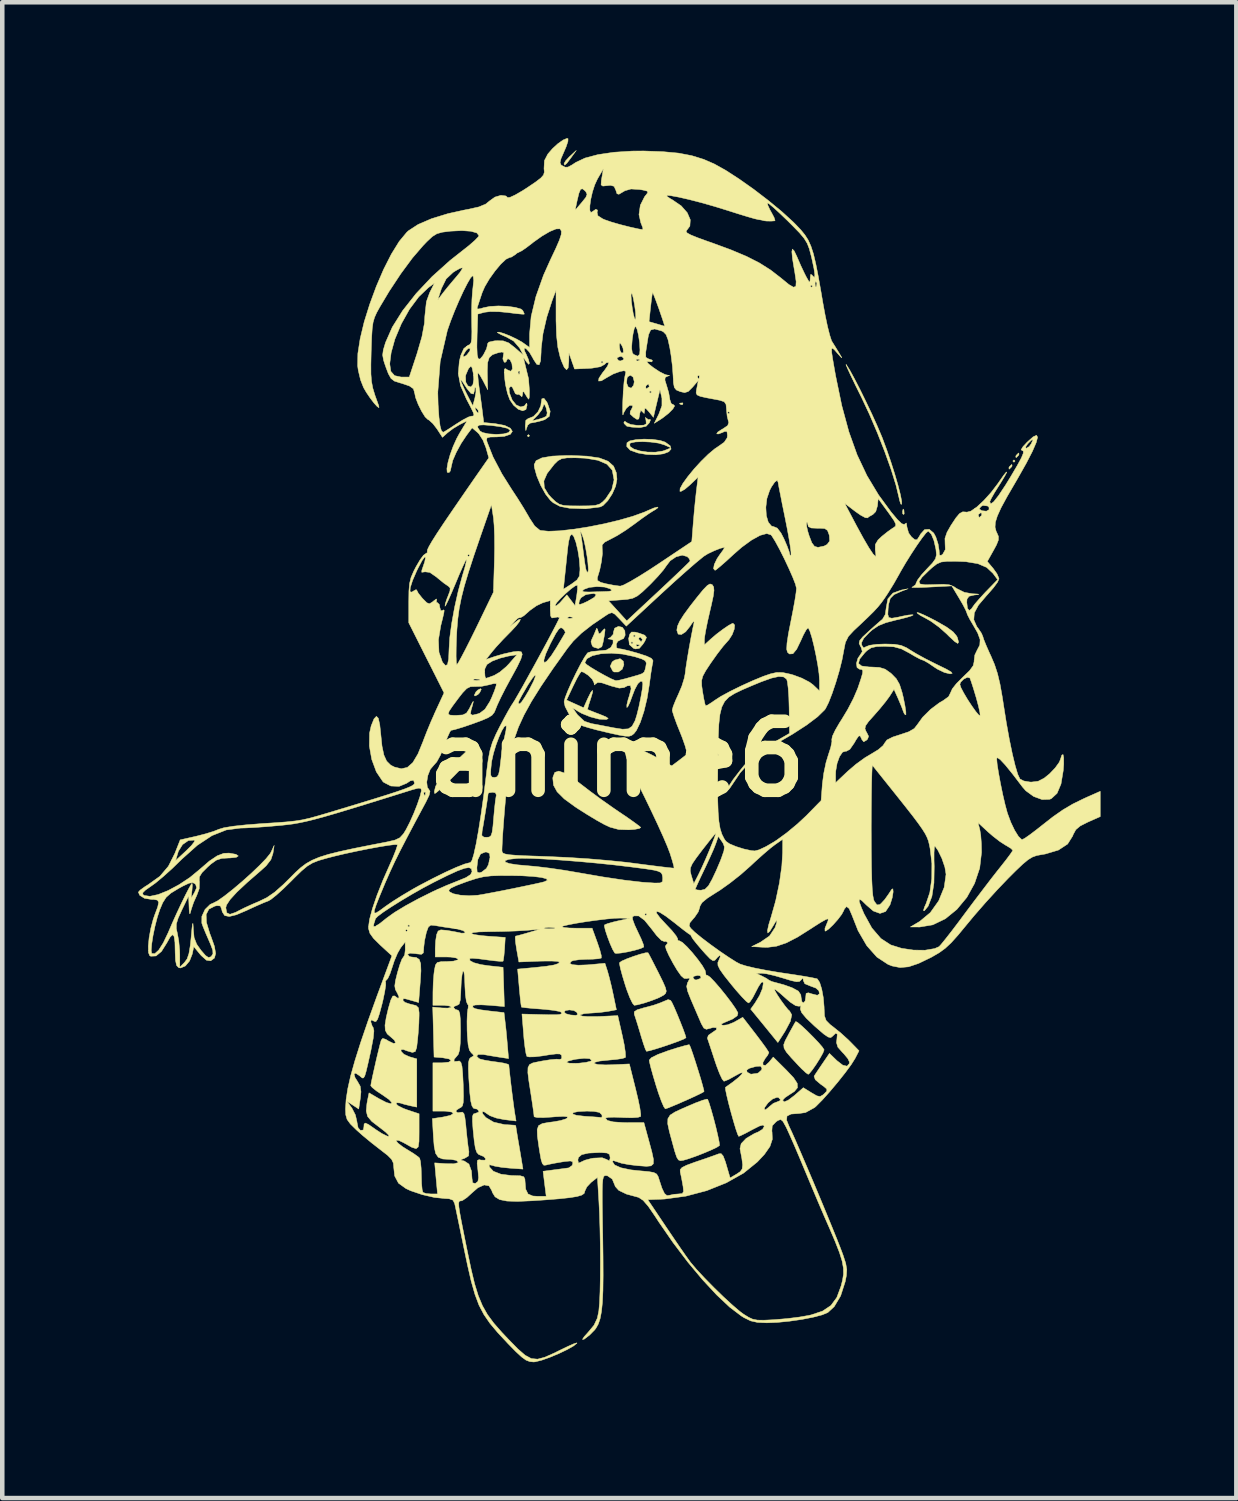
<source format=kicad_pcb>
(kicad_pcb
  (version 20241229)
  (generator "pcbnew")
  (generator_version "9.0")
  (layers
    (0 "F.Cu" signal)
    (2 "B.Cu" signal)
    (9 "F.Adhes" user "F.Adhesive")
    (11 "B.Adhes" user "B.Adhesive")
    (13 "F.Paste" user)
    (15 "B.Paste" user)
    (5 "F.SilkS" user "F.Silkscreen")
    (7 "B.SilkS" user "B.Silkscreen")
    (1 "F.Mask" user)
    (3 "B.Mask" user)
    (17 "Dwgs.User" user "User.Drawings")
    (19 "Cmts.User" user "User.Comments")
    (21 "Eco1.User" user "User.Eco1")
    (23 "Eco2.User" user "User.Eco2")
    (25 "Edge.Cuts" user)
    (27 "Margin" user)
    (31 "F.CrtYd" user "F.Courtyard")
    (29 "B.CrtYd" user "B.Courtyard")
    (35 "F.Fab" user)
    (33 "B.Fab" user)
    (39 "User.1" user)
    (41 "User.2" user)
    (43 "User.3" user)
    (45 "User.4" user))
  (footprint "anime6"
    (layer "F.Cu")
    (at 10.571 13.707)
    (property "Reference" "anime6" (at 0 0 0) (layer "F.SilkS") (effects (font (size 1.524 1.524) (thickness 0.3))))
    (attr through_hole)
    (fp_poly (pts (xy -1.93 -7.137) (xy -1.956 -7.112) (xy -1.981 -7.137) (xy -1.956 -7.163) (xy -1.93 -7.137)) (stroke (width 0.01) (type solid)) (fill yes) (layer "F.SilkS"))
    (fp_poly (pts (xy 8.788 -6.579) (xy 8.763 -6.553) (xy 8.738 -6.579) (xy 8.763 -6.604) (xy 8.788 -6.579)) (stroke (width 0.01) (type solid)) (fill yes) (layer "F.SilkS"))
    (fp_poly (pts (xy 1.456 -7.857) (xy 1.449 -7.827) (xy 1.422 -7.823) (xy 1.381 -7.842) (xy 1.389 -7.857) (xy 1.449 -7.863) (xy 1.456 -7.857)) (stroke (width 0.01) (type solid)) (fill yes) (layer "F.SilkS"))
    (fp_poly (pts (xy 6.334 -5.496) (xy 6.34 -5.417) (xy 6.33 -5.399) (xy 6.307 -5.414) (xy 6.303 -5.465) (xy 6.316 -5.519) (xy 6.334 -5.496)) (stroke (width 0.01) (type solid)) (fill yes) (layer "F.SilkS"))
    (fp_poly (pts (xy -2.997 -1.536) (xy -3.032 -1.465) (xy -3.073 -1.422) (xy -3.135 -1.392) (xy -3.15 -1.41) (xy -3.115 -1.482) (xy -3.073 -1.524) (xy -3.012 -1.554) (xy -2.997 -1.536)) (stroke (width 0.01) (type solid)) (fill yes) (layer "F.SilkS"))
    (fp_poly (pts (xy 8.722 -6.47) (xy 8.712 -6.452) (xy 8.664 -6.403) (xy 8.655 -6.401) (xy 8.652 -6.434) (xy 8.661 -6.452) (xy 8.709 -6.5) (xy 8.718 -6.502) (xy 8.722 -6.47)) (stroke (width 0.01) (type solid)) (fill yes) (layer "F.SilkS"))
    (fp_poly (pts (xy 8.874 -6.724) (xy 8.865 -6.706) (xy 8.817 -6.657) (xy 8.808 -6.655) (xy 8.804 -6.688) (xy 8.814 -6.706) (xy 8.862 -6.754) (xy 8.871 -6.756) (xy 8.874 -6.724)) (stroke (width 0.01) (type solid)) (fill yes) (layer "F.SilkS"))
    (fp_poly (pts (xy -1.018 -13.271) (xy -1.106 -13.154) (xy -1.153 -13.111) (xy -1.168 -13.134) (xy -1.168 -13.148) (xy -1.134 -13.207) (xy -1.05 -13.298) (xy -1.033 -13.313) (xy -0.898 -13.437) (xy -1.018 -13.271)) (stroke (width 0.01) (type solid)) (fill yes) (layer "F.SilkS"))
    (fp_poly (pts (xy 0.139 -2.161) (xy 0.152 -2.082) (xy 0.115 -1.982) (xy 0.03 -1.922) (xy -0.064 -1.922) (xy -0.094 -1.943) (xy -0.149 -2.049) (xy -0.106 -2.145) (xy -0.05 -2.185) (xy 0.069 -2.216) (xy 0.139 -2.161)) (stroke (width 0.01) (type solid)) (fill yes) (layer "F.SilkS"))
    (fp_poly (pts (xy 6.675 -3.224) (xy 6.795 -3.172) (xy 6.961 -3.09) (xy 7.056 -3.04) (xy 7.28 -2.911) (xy 7.423 -2.805) (xy 7.5 -2.712) (xy 7.515 -2.68) (xy 7.541 -2.581) (xy 7.523 -2.552) (xy 7.454 -2.595) (xy 7.328 -2.712) (xy 7.271 -2.769) (xy 7.107 -2.914) (xy 6.927 -3.044) (xy 6.824 -3.103) (xy 6.699 -3.17) (xy 6.629 -3.22) (xy 6.623 -3.236) (xy 6.675 -3.224)) (stroke (width 0.01) (type solid)) (fill yes) (layer "F.SilkS"))
    (fp_poly (pts (xy -0.429 -2.864) (xy -0.42 -2.828) (xy -0.398 -2.765) (xy -0.362 -2.781) (xy -0.323 -2.828) (xy -0.277 -2.877) (xy -0.263 -2.858) (xy -0.275 -2.756) (xy -0.281 -2.718) (xy -0.307 -2.58) (xy -0.332 -2.489) (xy -0.338 -2.477) (xy -0.411 -2.44) (xy -0.509 -2.468) (xy -0.545 -2.496) (xy -0.574 -2.588) (xy -0.559 -2.635) (xy -0.504 -2.755) (xy -0.478 -2.819) (xy -0.448 -2.889) (xy -0.429 -2.864)) (stroke (width 0.01) (type solid)) (fill yes) (layer "F.SilkS"))
    (fp_poly (pts (xy -3.05 -0.263) (xy -3.048 -0.24) (xy -3.082 -0.185) (xy -3.173 -0.077) (xy -3.304 0.067) (xy -3.46 0.231) (xy -3.623 0.398) (xy -3.778 0.551) (xy -3.908 0.673) (xy -3.997 0.747) (xy -4.024 0.762) (xy -4.033 0.72) (xy -4.009 0.618) (xy -4.002 0.597) (xy -3.943 0.491) (xy -3.827 0.34) (xy -3.676 0.168) (xy -3.574 0.064) (xy -3.355 -0.142) (xy -3.195 -0.264) (xy -3.093 -0.305) (xy -3.05 -0.263)) (stroke (width 0.01) (type solid)) (fill yes) (layer "F.SilkS"))
    (fp_poly (pts (xy 0.64 -7.531) (xy 0.695 -7.491) (xy 0.721 -7.499) (xy 0.741 -7.489) (xy 0.714 -7.423) (xy 0.642 -7.346) (xy 0.516 -7.319) (xy 0.468 -7.319) (xy 0.326 -7.328) (xy 0.225 -7.346) (xy 0.216 -7.349) (xy 0.157 -7.408) (xy 0.152 -7.431) (xy 0.173 -7.458) (xy 0.213 -7.427) (xy 0.301 -7.387) (xy 0.44 -7.367) (xy 0.471 -7.366) (xy 0.597 -7.372) (xy 0.645 -7.401) (xy 0.641 -7.47) (xy 0.639 -7.48) (xy 0.628 -7.544) (xy 0.64 -7.531)) (stroke (width 0.01) (type solid)) (fill yes) (layer "F.SilkS"))
    (fp_poly (pts (xy 3.988 5.815) (xy 4.079 5.892) (xy 4.199 6.004) (xy 4.327 6.132) (xy 4.446 6.257) (xy 4.534 6.359) (xy 4.572 6.418) (xy 4.572 6.42) (xy 4.546 6.489) (xy 4.482 6.604) (xy 4.398 6.738) (xy 4.313 6.86) (xy 4.246 6.942) (xy 4.221 6.96) (xy 4.17 6.925) (xy 4.076 6.838) (xy 4.009 6.769) (xy 3.845 6.592) (xy 3.74 6.47) (xy 3.688 6.382) (xy 3.681 6.305) (xy 3.713 6.218) (xy 3.776 6.1) (xy 3.784 6.083) (xy 3.864 5.937) (xy 3.923 5.831) (xy 3.946 5.794) (xy 3.988 5.815)) (stroke (width 0.01) (type solid)) (fill yes) (layer "F.SilkS"))
    (fp_poly (pts (xy -1.149 0.312) (xy -0.955 0.434) (xy -0.806 0.548) (xy -0.593 0.712) (xy -0.336 0.901) (xy -0.077 1.083) (xy 0.034 1.159) (xy 0.225 1.288) (xy 0.382 1.399) (xy 0.489 1.478) (xy 0.525 1.51) (xy 0.492 1.533) (xy 0.384 1.553) (xy 0.262 1.562) (xy 0.037 1.555) (xy -0.158 1.502) (xy -0.279 1.445) (xy -0.442 1.355) (xy -0.65 1.23) (xy -0.866 1.093) (xy -0.925 1.054) (xy -1.166 0.878) (xy -1.321 0.724) (xy -1.401 0.578) (xy -1.417 0.427) (xy -1.414 0.399) (xy -1.373 0.295) (xy -1.286 0.266) (xy -1.149 0.312)) (stroke (width 0.01) (type solid)) (fill yes) (layer "F.SilkS"))
    (fp_poly (pts (xy 0.714 4.326) (xy 0.776 4.445) (xy 0.862 4.614) (xy 0.914 4.716) (xy 1.012 4.914) (xy 1.068 5.043) (xy 1.088 5.122) (xy 1.075 5.17) (xy 1.035 5.209) (xy 1.033 5.21) (xy 0.932 5.265) (xy 0.774 5.328) (xy 0.599 5.387) (xy 0.448 5.427) (xy 0.381 5.436) (xy 0.342 5.39) (xy 0.283 5.269) (xy 0.216 5.094) (xy 0.182 4.991) (xy 0.121 4.79) (xy 0.076 4.624) (xy 0.055 4.518) (xy 0.055 4.496) (xy 0.104 4.46) (xy 0.219 4.409) (xy 0.366 4.355) (xy 0.514 4.307) (xy 0.632 4.277) (xy 0.686 4.277) (xy 0.714 4.326)) (stroke (width 0.01) (type solid)) (fill yes) (layer "F.SilkS"))
    (fp_poly (pts (xy 2 7.51) (xy 2.033 7.592) (xy 2.078 7.739) (xy 2.13 7.923) (xy 2.181 8.12) (xy 2.224 8.303) (xy 2.254 8.447) (xy 2.264 8.525) (xy 2.263 8.531) (xy 2.204 8.571) (xy 2.077 8.631) (xy 1.909 8.702) (xy 1.729 8.772) (xy 1.564 8.829) (xy 1.468 8.857) (xy 1.402 8.867) (xy 1.356 8.85) (xy 1.317 8.786) (xy 1.274 8.657) (xy 1.223 8.47) (xy 1.156 8.223) (xy 1.12 8.054) (xy 1.123 7.94) (xy 1.173 7.86) (xy 1.279 7.792) (xy 1.45 7.713) (xy 1.537 7.675) (xy 1.729 7.593) (xy 1.883 7.535) (xy 1.98 7.508) (xy 2 7.51)) (stroke (width 0.01) (type solid)) (fill yes) (layer "F.SilkS"))
    (fp_poly (pts (xy 5.134 -8.594) (xy 5.238 -8.404) (xy 5.362 -8.164) (xy 5.495 -7.893) (xy 5.627 -7.615) (xy 5.747 -7.35) (xy 5.845 -7.119) (xy 5.858 -7.087) (xy 5.953 -6.832) (xy 6.046 -6.56) (xy 6.132 -6.291) (xy 6.204 -6.043) (xy 6.257 -5.835) (xy 6.285 -5.688) (xy 6.286 -5.625) (xy 6.265 -5.629) (xy 6.238 -5.712) (xy 6.227 -5.764) (xy 6.159 -6.046) (xy 6.051 -6.394) (xy 5.911 -6.786) (xy 5.749 -7.199) (xy 5.573 -7.61) (xy 5.392 -7.996) (xy 5.381 -8.017) (xy 5.258 -8.266) (xy 5.159 -8.472) (xy 5.09 -8.622) (xy 5.055 -8.706) (xy 5.059 -8.712) (xy 5.134 -8.594)) (stroke (width 0.01) (type solid)) (fill yes) (layer "F.SilkS"))
    (fp_poly (pts (xy 1.182 5.327) (xy 1.212 5.372) (xy 1.26 5.474) (xy 1.325 5.625) (xy 1.395 5.797) (xy 1.46 5.962) (xy 1.506 6.09) (xy 1.524 6.152) (xy 1.48 6.179) (xy 1.365 6.226) (xy 1.205 6.284) (xy 1.027 6.345) (xy 0.858 6.399) (xy 0.723 6.438) (xy 0.651 6.452) (xy 0.627 6.407) (xy 0.585 6.288) (xy 0.532 6.119) (xy 0.522 6.083) (xy 0.465 5.893) (xy 0.415 5.734) (xy 0.383 5.637) (xy 0.381 5.632) (xy 0.382 5.578) (xy 0.444 5.536) (xy 0.586 5.493) (xy 0.619 5.485) (xy 0.802 5.436) (xy 0.964 5.379) (xy 1.027 5.352) (xy 1.128 5.31) (xy 1.182 5.327)) (stroke (width 0.01) (type solid)) (fill yes) (layer "F.SilkS"))
    (fp_poly (pts (xy 1.597 6.307) (xy 1.624 6.367) (xy 1.67 6.496) (xy 1.727 6.67) (xy 1.788 6.863) (xy 1.846 7.051) (xy 1.891 7.21) (xy 1.918 7.314) (xy 1.921 7.342) (xy 1.862 7.376) (xy 1.738 7.436) (xy 1.574 7.511) (xy 1.398 7.589) (xy 1.236 7.658) (xy 1.116 7.706) (xy 1.066 7.722) (xy 1.033 7.676) (xy 0.98 7.554) (xy 0.915 7.374) (xy 0.866 7.221) (xy 0.801 7.004) (xy 0.749 6.819) (xy 0.718 6.69) (xy 0.711 6.647) (xy 0.76 6.592) (xy 0.901 6.522) (xy 1.126 6.439) (xy 1.147 6.432) (xy 1.341 6.371) (xy 1.493 6.328) (xy 1.583 6.307) (xy 1.597 6.307)) (stroke (width 0.01) (type solid)) (fill yes) (layer "F.SilkS"))
    (fp_poly (pts (xy 0.784 -7.057) (xy 0.953 -7.033) (xy 1.063 -6.997) (xy 1.173 -6.917) (xy 1.185 -6.874) (xy 1.041 -6.938) (xy 0.914 -6.975) (xy 0.744 -6.998) (xy 0.565 -7.007) (xy 0.407 -7.001) (xy 0.303 -6.979) (xy 0.282 -6.963) (xy 0.287 -6.9) (xy 0.371 -6.844) (xy 0.509 -6.802) (xy 0.676 -6.777) (xy 0.85 -6.775) (xy 1.007 -6.799) (xy 1.051 -6.813) (xy 1.187 -6.868) (xy 1.194 -6.844) (xy 1.141 -6.783) (xy 1.026 -6.739) (xy 0.862 -6.717) (xy 0.663 -6.723) (xy 0.465 -6.756) (xy 0.292 -6.818) (xy 0.215 -6.9) (xy 0.22 -6.982) (xy 0.285 -7.025) (xy 0.421 -7.052) (xy 0.597 -7.063) (xy 0.784 -7.057)) (stroke (width 0.01) (type solid)) (fill yes) (layer "F.SilkS"))
    (fp_poly (pts (xy -1.549 -7.881) (xy -1.532 -7.846) (xy -1.475 -7.678) (xy -1.494 -7.566) (xy -1.594 -7.493) (xy -1.664 -7.47) (xy -1.802 -7.436) (xy -1.902 -7.418) (xy -1.914 -7.417) (xy -1.969 -7.374) (xy -1.996 -7.303) (xy -2.012 -7.25) (xy -2.022 -7.295) (xy -2.025 -7.353) (xy -2.014 -7.467) (xy -1.876 -7.467) (xy -1.738 -7.499) (xy -1.621 -7.537) (xy -1.556 -7.571) (xy -1.541 -7.643) (xy -1.565 -7.755) (xy -1.603 -7.836) (xy -1.621 -7.82) (xy -1.622 -7.808) (xy -1.659 -7.711) (xy -1.743 -7.6) (xy -1.751 -7.592) (xy -1.876 -7.467) (xy -2.014 -7.467) (xy -2.013 -7.477) (xy -1.96 -7.518) (xy -1.956 -7.518) (xy -1.845 -7.562) (xy -1.743 -7.668) (xy -1.682 -7.799) (xy -1.676 -7.849) (xy -1.659 -7.953) (xy -1.613 -7.964) (xy -1.549 -7.881)) (stroke (width 0.01) (type solid)) (fill yes) (layer "F.SilkS"))
    (fp_poly (pts (xy 0.404 -2.802) (xy 0.486 -2.78) (xy 0.611 -2.735) (xy 0.651 -2.686) (xy 0.615 -2.602) (xy 0.571 -2.534) (xy 0.492 -2.443) (xy 0.41 -2.431) (xy 0.368 -2.443) (xy 0.277 -2.523) (xy 0.423 -2.523) (xy 0.43 -2.493) (xy 0.457 -2.489) (xy 0.499 -2.508) (xy 0.491 -2.523) (xy 0.431 -2.529) (xy 0.423 -2.523) (xy 0.277 -2.523) (xy 0.274 -2.525) (xy 0.269 -2.565) (xy 0.305 -2.565) (xy 0.33 -2.54) (xy 0.356 -2.565) (xy 0.33 -2.591) (xy 0.305 -2.565) (xy 0.269 -2.565) (xy 0.257 -2.661) (xy 0.475 -2.661) (xy 0.483 -2.642) (xy 0.528 -2.593) (xy 0.536 -2.591) (xy 0.558 -2.63) (xy 0.559 -2.642) (xy 0.52 -2.69) (xy 0.505 -2.692) (xy 0.475 -2.661) (xy 0.257 -2.661) (xy 0.257 -2.662) (xy 0.272 -2.718) (xy 0.356 -2.718) (xy 0.381 -2.692) (xy 0.406 -2.718) (xy 0.381 -2.743) (xy 0.356 -2.718) (xy 0.272 -2.718) (xy 0.283 -2.759) (xy 0.321 -2.804) (xy 0.404 -2.802)) (stroke (width 0.01) (type solid)) (fill yes) (layer "F.SilkS"))
    (fp_poly (pts (xy -1.021 -6.702) (xy -0.661 -6.687) (xy -0.389 -6.647) (xy -0.198 -6.575) (xy -0.076 -6.467) (xy -0.014 -6.318) (xy -0.001 -6.177) (xy -0.029 -6.027) (xy -0.103 -5.858) (xy -0.203 -5.704) (xy -0.309 -5.596) (xy -0.37 -5.566) (xy -0.692 -5.525) (xy -1.04 -5.537) (xy -1.052 -5.538) (xy -1.256 -5.577) (xy -1.407 -5.657) (xy -1.471 -5.713) (xy -1.578 -5.85) (xy -1.684 -6.042) (xy -1.725 -6.139) (xy -1.615 -6.139) (xy -1.604 -5.989) (xy -1.511 -5.838) (xy -1.446 -5.767) (xy -1.355 -5.681) (xy -1.277 -5.628) (xy -1.183 -5.6) (xy -1.044 -5.59) (xy -0.832 -5.588) (xy -0.831 -5.588) (xy -0.618 -5.59) (xy -0.48 -5.6) (xy -0.388 -5.627) (xy -0.317 -5.677) (xy -0.251 -5.744) (xy -0.116 -5.946) (xy -0.065 -6.162) (xy -0.103 -6.368) (xy -0.109 -6.382) (xy -0.222 -6.509) (xy -0.419 -6.595) (xy -0.705 -6.642) (xy -0.919 -6.651) (xy -1.105 -6.649) (xy -1.222 -6.631) (xy -1.304 -6.587) (xy -1.384 -6.509) (xy -1.542 -6.306) (xy -1.615 -6.139) (xy -1.725 -6.139) (xy -1.771 -6.249) (xy -1.822 -6.433) (xy -1.829 -6.499) (xy -1.786 -6.587) (xy -1.655 -6.65) (xy -1.432 -6.688) (xy -1.114 -6.702) (xy -1.021 -6.702)) (stroke (width 0.01) (type solid)) (fill yes) (layer "F.SilkS"))
    (fp_poly (pts (xy 0.119 -2.908) (xy 0.173 -2.832) (xy 0.18 -2.734) (xy 0.143 -2.658) (xy 0.099 -2.642) (xy 0.017 -2.599) (xy -0.015 -2.54) (xy -0.011 -2.456) (xy 0.037 -2.438) (xy 0.123 -2.425) (xy 0.274 -2.388) (xy 0.458 -2.337) (xy 0.467 -2.334) (xy 0.653 -2.273) (xy 0.757 -2.224) (xy 0.794 -2.177) (xy 0.792 -2.143) (xy 0.774 -2.054) (xy 0.748 -1.895) (xy 0.721 -1.696) (xy 0.715 -1.651) (xy 0.665 -1.342) (xy 0.596 -1.055) (xy 0.515 -0.811) (xy 0.429 -0.632) (xy 0.373 -0.56) (xy 0.324 -0.522) (xy 0.267 -0.504) (xy 0.179 -0.506) (xy 0.039 -0.53) (xy -0.174 -0.577) (xy -0.225 -0.589) (xy -0.45 -0.643) (xy -0.647 -0.697) (xy -0.788 -0.741) (xy -0.835 -0.76) (xy -0.954 -0.859) (xy -1.066 -1.005) (xy -1.146 -1.16) (xy -1.168 -1.261) (xy -1.158 -1.302) (xy -1.114 -1.302) (xy -0.925 -1.217) (xy -0.737 -1.132) (xy -0.65 -1.328) (xy -0.58 -1.47) (xy -0.541 -1.518) (xy -0.539 -1.473) (xy -0.579 -1.337) (xy -0.587 -1.313) (xy -0.629 -1.184) (xy -0.649 -1.104) (xy -0.648 -1.093) (xy -0.597 -1.072) (xy -0.481 -1.026) (xy -0.381 -0.988) (xy -0.243 -0.931) (xy -0.194 -0.896) (xy -0.225 -0.877) (xy -0.242 -0.874) (xy -0.394 -0.881) (xy -0.587 -0.931) (xy -0.78 -1.009) (xy -0.859 -1.054) (xy -0.981 -1.13) (xy -0.87 -0.974) (xy -0.719 -0.834) (xy -0.569 -0.784) (xy -0.412 -0.755) (xy -0.21 -0.716) (xy -0.076 -0.69) (xy 0.122 -0.659) (xy 0.25 -0.667) (xy 0.332 -0.723) (xy 0.394 -0.837) (xy 0.401 -0.853) (xy 0.438 -0.972) (xy 0.483 -1.152) (xy 0.525 -1.356) (xy 0.526 -1.361) (xy 0.559 -1.551) (xy 0.57 -1.661) (xy 0.559 -1.71) (xy 0.526 -1.718) (xy 0.518 -1.717) (xy 0.46 -1.663) (xy 0.393 -1.538) (xy 0.342 -1.407) (xy 0.287 -1.257) (xy 0.241 -1.16) (xy 0.218 -1.137) (xy 0.217 -1.196) (xy 0.246 -1.317) (xy 0.271 -1.394) (xy 0.312 -1.55) (xy 0.298 -1.622) (xy 0.226 -1.616) (xy 0.156 -1.578) (xy 0.05 -1.566) (xy -0.129 -1.613) (xy -0.172 -1.628) (xy -0.332 -1.682) (xy -0.424 -1.691) (xy -0.467 -1.663) (xy -0.499 -1.636) (xy -0.507 -1.683) (xy -0.546 -1.761) (xy -0.636 -1.85) (xy -0.737 -1.916) (xy -0.788 -1.93) (xy -0.822 -1.888) (xy -0.886 -1.777) (xy -0.963 -1.621) (xy -0.966 -1.616) (xy -1.114 -1.302) (xy -1.158 -1.302) (xy -1.146 -1.352) (xy -1.087 -1.504) (xy -1.003 -1.694) (xy -0.906 -1.896) (xy -0.808 -2.087) (xy -0.786 -2.125) (xy -0.71 -2.125) (xy -0.67 -2.086) (xy -0.566 -2.016) (xy -0.424 -1.931) (xy -0.271 -1.846) (xy -0.135 -1.775) (xy -0.04 -1.735) (xy -0.022 -1.731) (xy 0.054 -1.742) (xy 0.192 -1.776) (xy 0.308 -1.809) (xy 0.469 -1.855) (xy 0.558 -1.887) (xy 0.6 -1.921) (xy 0.62 -1.974) (xy 0.636 -2.042) (xy 0.648 -2.12) (xy 0.624 -2.171) (xy 0.543 -2.212) (xy 0.385 -2.262) (xy 0.38 -2.263) (xy 0.126 -2.317) (xy -0.125 -2.337) (xy -0.353 -2.325) (xy -0.54 -2.283) (xy -0.665 -2.215) (xy -0.71 -2.125) (xy -0.786 -2.125) (xy -0.721 -2.241) (xy -0.656 -2.335) (xy -0.641 -2.349) (xy -0.555 -2.375) (xy -0.42 -2.387) (xy -0.406 -2.388) (xy -0.237 -2.405) (xy -0.137 -2.463) (xy -0.087 -2.553) (xy -0.087 -2.627) (xy -0.141 -2.645) (xy -0.2 -2.653) (xy -0.16 -2.678) (xy -0.147 -2.683) (xy -0.083 -2.755) (xy -0.078 -2.803) (xy -0.052 -2.889) (xy 0.032 -2.929) (xy 0.119 -2.908)) (stroke (width 0.01) (type solid)) (fill yes) (layer "F.SilkS"))
    (fp_poly (pts (xy -1.081 -13.696) (xy -1.083 -13.637) (xy -1.123 -13.517) (xy -1.17 -13.408) (xy -1.236 -13.256) (xy -1.257 -13.168) (xy -1.237 -13.119) (xy -1.217 -13.104) (xy -1.147 -13.067) (xy -1.084 -13.068) (xy -0.994 -13.116) (xy -0.909 -13.172) (xy -0.706 -13.268) (xy -0.42 -13.344) (xy -0.068 -13.396) (xy 0.335 -13.422) (xy 0.589 -13.424) (xy 1.011 -13.409) (xy 1.357 -13.377) (xy 1.65 -13.321) (xy 1.915 -13.239) (xy 2.149 -13.137) (xy 2.397 -12.999) (xy 2.694 -12.807) (xy 3.016 -12.58) (xy 3.337 -12.334) (xy 3.636 -12.088) (xy 3.887 -11.859) (xy 3.944 -11.802) (xy 4.057 -11.683) (xy 4.147 -11.573) (xy 4.221 -11.457) (xy 4.282 -11.321) (xy 4.337 -11.151) (xy 4.389 -10.931) (xy 4.445 -10.647) (xy 4.509 -10.285) (xy 4.546 -10.066) (xy 4.596 -9.795) (xy 4.647 -9.552) (xy 4.696 -9.359) (xy 4.736 -9.236) (xy 4.748 -9.215) (xy 4.834 -9.077) (xy 4.909 -8.954) (xy 4.959 -8.869) (xy 4.958 -8.858) (xy 4.9 -8.921) (xy 4.86 -8.966) (xy 4.798 -9.037) (xy 4.757 -9.07) (xy 4.738 -9.055) (xy 4.739 -8.98) (xy 4.761 -8.834) (xy 4.801 -8.604) (xy 4.827 -8.458) (xy 4.963 -7.8) (xy 5.119 -7.225) (xy 5.301 -6.716) (xy 5.518 -6.257) (xy 5.775 -5.83) (xy 6.051 -5.454) (xy 6.192 -5.286) (xy 6.286 -5.196) (xy 6.342 -5.178) (xy 6.357 -5.191) (xy 6.388 -5.211) (xy 6.4 -5.134) (xy 6.4 -5.126) (xy 6.438 -4.991) (xy 6.503 -4.902) (xy 6.579 -4.84) (xy 6.627 -4.844) (xy 6.679 -4.924) (xy 6.701 -4.966) (xy 6.79 -5.065) (xy 6.894 -5.072) (xy 6.992 -4.989) (xy 7.038 -4.904) (xy 7.089 -4.747) (xy 7.112 -4.602) (xy 7.112 -4.593) (xy 7.12 -4.502) (xy 7.156 -4.497) (xy 7.192 -4.524) (xy 7.248 -4.625) (xy 7.243 -4.749) (xy 7.24 -4.872) (xy 7.286 -5.007) (xy 7.372 -5.158) (xy 7.483 -5.326) (xy 7.533 -5.385) (xy 7.976 -5.385) (xy 7.993 -5.335) (xy 7.998 -5.334) (xy 8.041 -5.37) (xy 8.052 -5.385) (xy 8.048 -5.432) (xy 8.029 -5.436) (xy 7.978 -5.399) (xy 7.976 -5.385) (xy 7.533 -5.385) (xy 7.564 -5.421) (xy 7.633 -5.458) (xy 7.709 -5.453) (xy 7.722 -5.45) (xy 7.812 -5.473) (xy 7.884 -5.523) (xy 7.996 -5.523) (xy 8.048 -5.486) (xy 8.06 -5.482) (xy 8.155 -5.472) (xy 8.214 -5.506) (xy 8.211 -5.561) (xy 8.18 -5.587) (xy 8.077 -5.599) (xy 8.036 -5.575) (xy 7.996 -5.523) (xy 7.884 -5.523) (xy 7.942 -5.563) (xy 8.097 -5.707) (xy 8.26 -5.887) (xy 8.413 -6.088) (xy 8.427 -6.109) (xy 8.537 -6.266) (xy 8.596 -6.338) (xy 8.605 -6.331) (xy 8.561 -6.248) (xy 8.467 -6.092) (xy 8.432 -6.037) (xy 8.333 -5.879) (xy 8.261 -5.751) (xy 8.23 -5.681) (xy 8.23 -5.677) (xy 8.252 -5.634) (xy 8.317 -5.681) (xy 8.425 -5.819) (xy 8.575 -6.045) (xy 8.694 -6.239) (xy 8.837 -6.482) (xy 8.928 -6.65) (xy 8.97 -6.753) (xy 8.969 -6.801) (xy 8.952 -6.807) (xy 8.921 -6.828) (xy 8.957 -6.887) (xy 9.019 -6.887) (xy 9.033 -6.858) (xy 9.099 -6.898) (xy 9.144 -6.96) (xy 9.179 -7.038) (xy 9.179 -7.061) (xy 9.135 -7.028) (xy 9.068 -6.96) (xy 9.019 -6.887) (xy 8.957 -6.887) (xy 8.963 -6.897) (xy 9.054 -6.995) (xy 9.186 -7.113) (xy 9.262 -7.148) (xy 9.285 -7.105) (xy 9.254 -6.986) (xy 9.171 -6.794) (xy 9.036 -6.532) (xy 8.851 -6.204) (xy 8.79 -6.099) (xy 8.609 -5.788) (xy 8.479 -5.548) (xy 8.396 -5.365) (xy 8.353 -5.227) (xy 8.346 -5.119) (xy 8.37 -5.028) (xy 8.384 -5) (xy 8.421 -4.915) (xy 8.42 -4.835) (xy 8.377 -4.727) (xy 8.316 -4.614) (xy 8.175 -4.362) (xy 8.304 -4.209) (xy 8.388 -4.091) (xy 8.431 -3.991) (xy 8.433 -3.976) (xy 8.4 -3.903) (xy 8.311 -3.782) (xy 8.185 -3.637) (xy 8.153 -3.602) (xy 7.979 -3.397) (xy 7.888 -3.227) (xy 7.877 -3.075) (xy 7.942 -2.927) (xy 7.976 -2.882) (xy 8.046 -2.777) (xy 8.077 -2.704) (xy 8.077 -2.702) (xy 8.098 -2.636) (xy 8.152 -2.503) (xy 8.229 -2.329) (xy 8.253 -2.279) (xy 8.335 -2.086) (xy 8.4 -1.888) (xy 8.455 -1.656) (xy 8.507 -1.364) (xy 8.533 -1.194) (xy 8.596 -0.797) (xy 8.662 -0.432) (xy 8.728 -0.112) (xy 8.791 0.148) (xy 8.847 0.336) (xy 8.894 0.437) (xy 8.896 0.439) (xy 8.981 0.484) (xy 9.118 0.507) (xy 9.15 0.508) (xy 9.298 0.49) (xy 9.431 0.421) (xy 9.551 0.324) (xy 9.673 0.196) (xy 9.761 0.074) (xy 9.785 0.019) (xy 9.82 -0.087) (xy 9.847 -0.1) (xy 9.861 -0.03) (xy 9.862 0.113) (xy 9.852 0.251) (xy 9.802 0.551) (xy 9.715 0.757) (xy 9.589 0.873) (xy 9.551 0.889) (xy 9.384 0.894) (xy 9.198 0.826) (xy 9.025 0.7) (xy 8.953 0.618) (xy 8.736 0.333) (xy 8.572 0.131) (xy 8.46 0.011) (xy 8.397 -0.031) (xy 8.382 -0.008) (xy 8.393 0.117) (xy 8.424 0.311) (xy 8.467 0.544) (xy 8.517 0.787) (xy 8.569 1.01) (xy 8.616 1.184) (xy 8.619 1.194) (xy 8.693 1.394) (xy 8.778 1.572) (xy 8.862 1.707) (xy 8.931 1.774) (xy 8.946 1.778) (xy 9.004 1.748) (xy 9.12 1.667) (xy 9.274 1.55) (xy 9.361 1.481) (xy 9.624 1.275) (xy 9.846 1.12) (xy 10.061 0.993) (xy 10.3 0.876) (xy 10.381 0.839) (xy 10.668 0.712) (xy 10.668 1.271) (xy 10.394 1.392) (xy 10.228 1.476) (xy 10.13 1.558) (xy 10.071 1.666) (xy 10.06 1.698) (xy 9.948 1.876) (xy 9.746 2.009) (xy 9.455 2.096) (xy 9.371 2.11) (xy 9.264 2.13) (xy 9.17 2.164) (xy 9.074 2.223) (xy 8.957 2.32) (xy 8.802 2.467) (xy 8.633 2.636) (xy 8.397 2.883) (xy 8.135 3.17) (xy 7.884 3.458) (xy 7.718 3.658) (xy 7.528 3.888) (xy 7.377 4.056) (xy 7.246 4.178) (xy 7.113 4.275) (xy 6.958 4.365) (xy 6.933 4.379) (xy 6.657 4.512) (xy 6.437 4.586) (xy 6.249 4.603) (xy 6.072 4.568) (xy 5.983 4.533) (xy 5.737 4.371) (xy 5.514 4.12) (xy 5.322 3.789) (xy 5.185 3.442) (xy 5.124 3.3) (xy 5.068 3.256) (xy 5.019 3.311) (xy 5.007 3.343) (xy 4.96 3.43) (xy 4.874 3.543) (xy 4.772 3.658) (xy 4.676 3.75) (xy 4.608 3.797) (xy 4.592 3.796) (xy 4.591 3.736) (xy 4.623 3.658) (xy 4.66 3.566) (xy 4.66 3.526) (xy 4.611 3.542) (xy 4.5 3.604) (xy 4.347 3.701) (xy 4.288 3.74) (xy 3.987 3.93) (xy 3.739 4.058) (xy 3.523 4.131) (xy 3.321 4.157) (xy 3.229 4.155) (xy 2.972 4.14) (xy 3.166 4.044) (xy 3.367 3.906) (xy 3.49 3.72) (xy 3.527 3.607) (xy 3.531 3.557) (xy 3.496 3.6) (xy 3.452 3.675) (xy 3.373 3.803) (xy 3.329 3.84) (xy 3.321 3.789) (xy 3.35 3.655) (xy 3.403 3.482) (xy 3.498 3.147) (xy 5.347 3.147) (xy 5.396 3.282) (xy 5.453 3.415) (xy 5.625 3.728) (xy 5.826 3.962) (xy 6.043 4.103) (xy 6.283 4.178) (xy 6.546 4.217) (xy 6.8 4.22) (xy 7.012 4.184) (xy 7.109 4.142) (xy 7.155 4.092) (xy 7.25 3.975) (xy 7.384 3.804) (xy 7.544 3.593) (xy 7.677 3.414) (xy 7.873 3.152) (xy 8.072 2.89) (xy 8.255 2.65) (xy 8.406 2.457) (xy 8.466 2.382) (xy 8.589 2.226) (xy 8.683 2.1) (xy 8.733 2.026) (xy 8.738 2.015) (xy 8.697 1.973) (xy 8.598 1.912) (xy 8.579 1.902) (xy 8.453 1.821) (xy 8.297 1.7) (xy 8.195 1.612) (xy 7.969 1.403) (xy 8.009 1.553) (xy 8.03 1.68) (xy 8.044 1.868) (xy 8.048 2.057) (xy 8.007 2.408) (xy 7.894 2.745) (xy 7.723 3.054) (xy 7.503 3.319) (xy 7.249 3.526) (xy 6.971 3.66) (xy 6.683 3.708) (xy 6.477 3.707) (xy 6.685 3.583) (xy 6.917 3.39) (xy 7.102 3.13) (xy 7.223 2.833) (xy 7.264 2.544) (xy 7.238 2.386) (xy 7.172 2.193) (xy 7.085 2.015) (xy 7.018 1.92) (xy 7.006 1.951) (xy 6.999 2.064) (xy 6.999 2.239) (xy 7.003 2.369) (xy 6.997 2.736) (xy 6.952 3.032) (xy 6.869 3.248) (xy 6.785 3.35) (xy 6.765 3.344) (xy 6.789 3.267) (xy 6.824 3.189) (xy 6.906 2.946) (xy 6.949 2.639) (xy 6.951 2.303) (xy 6.911 1.968) (xy 6.91 1.965) (xy 6.893 1.882) (xy 6.875 1.808) (xy 6.847 1.734) (xy 6.806 1.651) (xy 6.743 1.55) (xy 6.653 1.422) (xy 6.53 1.258) (xy 6.366 1.049) (xy 6.157 0.786) (xy 5.896 0.46) (xy 5.641 0.141) (xy 5.633 0.18) (xy 5.627 0.309) (xy 5.621 0.514) (xy 5.617 0.785) (xy 5.614 1.107) (xy 5.612 1.47) (xy 5.612 1.564) (xy 5.614 2.02) (xy 5.618 2.384) (xy 5.625 2.665) (xy 5.635 2.873) (xy 5.649 3.017) (xy 5.667 3.108) (xy 5.68 3.14) (xy 5.739 3.219) (xy 5.796 3.215) (xy 5.828 3.191) (xy 5.911 3.101) (xy 5.999 2.977) (xy 6.002 2.972) (xy 6.064 2.877) (xy 6.09 2.864) (xy 6.096 2.928) (xy 6.096 2.935) (xy 6.076 3.061) (xy 6.029 3.212) (xy 6.022 3.227) (xy 5.929 3.366) (xy 5.806 3.408) (xy 5.658 3.354) (xy 5.505 3.222) (xy 5.401 3.12) (xy 5.349 3.094) (xy 5.347 3.147) (xy 3.498 3.147) (xy 3.504 3.124) (xy 3.586 2.734) (xy 3.639 2.356) (xy 3.656 2.067) (xy 3.658 1.771) (xy 3.493 1.886) (xy 3.384 1.97) (xy 3.228 2.103) (xy 3.049 2.264) (xy 2.941 2.365) (xy 2.73 2.551) (xy 2.493 2.738) (xy 2.271 2.896) (xy 2.192 2.945) (xy 1.994 3.072) (xy 1.877 3.169) (xy 1.831 3.248) (xy 1.829 3.267) (xy 1.795 3.372) (xy 1.712 3.494) (xy 1.694 3.513) (xy 1.61 3.613) (xy 1.594 3.68) (xy 1.626 3.734) (xy 1.719 3.824) (xy 1.874 3.951) (xy 2.067 4.097) (xy 2.274 4.246) (xy 2.472 4.38) (xy 2.635 4.483) (xy 2.718 4.526) (xy 2.842 4.566) (xy 3.043 4.614) (xy 3.294 4.663) (xy 3.571 4.71) (xy 3.65 4.722) (xy 3.913 4.761) (xy 4.14 4.797) (xy 4.311 4.828) (xy 4.409 4.849) (xy 4.423 4.854) (xy 4.474 4.931) (xy 4.52 5.079) (xy 4.555 5.27) (xy 4.572 5.473) (xy 4.573 5.512) (xy 4.581 5.671) (xy 4.617 5.772) (xy 4.704 5.86) (xy 4.773 5.913) (xy 4.936 6.044) (xy 5.106 6.198) (xy 5.158 6.25) (xy 5.343 6.44) (xy 5.255 6.611) (xy 5.172 6.743) (xy 5.039 6.924) (xy 4.875 7.131) (xy 4.7 7.339) (xy 4.534 7.525) (xy 4.396 7.664) (xy 4.363 7.693) (xy 4.161 7.804) (xy 4.022 7.824) (xy 3.843 7.837) (xy 3.753 7.882) (xy 3.744 7.971) (xy 3.799 8.108) (xy 3.858 8.233) (xy 3.948 8.435) (xy 4.061 8.697) (xy 4.192 9.003) (xy 4.333 9.335) (xy 4.477 9.678) (xy 4.616 10.013) (xy 4.744 10.325) (xy 4.854 10.596) (xy 4.938 10.81) (xy 4.989 10.946) (xy 5.049 11.131) (xy 5.073 11.269) (xy 5.064 11.403) (xy 5.038 11.537) (xy 4.937 11.851) (xy 4.795 12.089) (xy 4.655 12.218) (xy 4.531 12.27) (xy 4.331 12.322) (xy 4.082 12.371) (xy 3.809 12.41) (xy 3.538 12.437) (xy 3.306 12.446) (xy 3.102 12.437) (xy 2.95 12.403) (xy 2.803 12.331) (xy 2.745 12.295) (xy 2.489 12.101) (xy 2.199 11.828) (xy 1.886 11.491) (xy 1.562 11.103) (xy 1.238 10.675) (xy 0.925 10.222) (xy 0.841 10.093) (xy 0.693 9.877) (xy 0.577 9.742) (xy 0.555 9.728) (xy 0.68 9.728) (xy 1.096 10.348) (xy 1.254 10.581) (xy 1.4 10.795) (xy 1.522 10.97) (xy 1.606 11.087) (xy 1.623 11.11) (xy 1.756 11.267) (xy 1.935 11.459) (xy 2.14 11.668) (xy 2.352 11.874) (xy 2.55 12.056) (xy 2.713 12.195) (xy 2.794 12.255) (xy 2.905 12.324) (xy 2.997 12.366) (xy 3.101 12.386) (xy 3.243 12.388) (xy 3.452 12.378) (xy 3.505 12.374) (xy 3.76 12.352) (xy 4.017 12.32) (xy 4.231 12.283) (xy 4.285 12.271) (xy 4.538 12.187) (xy 4.722 12.064) (xy 4.853 11.886) (xy 4.947 11.632) (xy 4.979 11.504) (xy 5 11.372) (xy 4.998 11.238) (xy 4.97 11.083) (xy 4.91 10.891) (xy 4.814 10.645) (xy 4.678 10.327) (xy 4.66 10.287) (xy 4.566 10.072) (xy 4.447 9.794) (xy 4.316 9.484) (xy 4.186 9.173) (xy 4.142 9.068) (xy 4.027 8.793) (xy 3.918 8.537) (xy 3.823 8.321) (xy 3.753 8.166) (xy 3.728 8.115) (xy 3.663 7.998) (xy 3.614 7.957) (xy 3.553 7.979) (xy 3.512 8.007) (xy 3.427 8.096) (xy 3.419 8.213) (xy 3.423 8.236) (xy 3.429 8.395) (xy 3.377 8.552) (xy 3.255 8.727) (xy 3.099 8.894) (xy 2.794 9.141) (xy 2.413 9.355) (xy 1.981 9.528) (xy 1.519 9.65) (xy 1.053 9.713) (xy 0.971 9.717) (xy 0.68 9.728) (xy 0.555 9.728) (xy 0.481 9.679) (xy 0.46 9.672) (xy 0.209 9.604) (xy 0.039 9.522) (xy -0.04 9.434) (xy -0.043 9.421) (xy -0.105 9.272) (xy -0.212 9.199) (xy -0.252 9.195) (xy -0.279 9.201) (xy -0.299 9.228) (xy -0.313 9.287) (xy -0.322 9.389) (xy -0.326 9.546) (xy -0.326 9.769) (xy -0.322 10.07) (xy -0.316 10.461) (xy -0.315 10.482) (xy -0.308 10.986) (xy -0.306 11.399) (xy -0.31 11.732) (xy -0.322 11.995) (xy -0.343 12.199) (xy -0.373 12.355) (xy -0.413 12.473) (xy -0.464 12.564) (xy -0.492 12.601) (xy -0.606 12.717) (xy -0.716 12.801) (xy -0.729 12.809) (xy -0.763 12.812) (xy -0.725 12.753) (xy -0.639 12.657) (xy -0.507 12.498) (xy -0.434 12.342) (xy -0.401 12.181) (xy -0.386 12.012) (xy -0.375 11.762) (xy -0.369 11.451) (xy -0.367 11.101) (xy -0.369 10.733) (xy -0.376 10.366) (xy -0.387 10.021) (xy -0.4 9.761) (xy -0.432 9.236) (xy -0.572 9.346) (xy -0.666 9.446) (xy -0.711 9.541) (xy -0.711 9.548) (xy -0.726 9.591) (xy -0.78 9.627) (xy -0.882 9.657) (xy -1.044 9.683) (xy -1.278 9.708) (xy -1.594 9.733) (xy -1.88 9.752) (xy -2.198 9.766) (xy -2.43 9.758) (xy -2.59 9.726) (xy -2.692 9.664) (xy -2.75 9.57) (xy -2.764 9.527) (xy -2.826 9.422) (xy -2.932 9.402) (xy -3.071 9.464) (xy -3.2 9.576) (xy -3.314 9.68) (xy -3.409 9.744) (xy -3.439 9.754) (xy -3.468 9.756) (xy -3.487 9.77) (xy -3.495 9.808) (xy -3.491 9.883) (xy -3.473 10.006) (xy -3.439 10.191) (xy -3.388 10.449) (xy -3.319 10.792) (xy -3.306 10.855) (xy -3.221 11.261) (xy -3.143 11.586) (xy -3.062 11.848) (xy -2.971 12.067) (xy -2.861 12.262) (xy -2.722 12.451) (xy -2.545 12.653) (xy -2.393 12.814) (xy -2.188 13.023) (xy -2.028 13.162) (xy -1.891 13.235) (xy -1.753 13.248) (xy -1.592 13.205) (xy -1.383 13.112) (xy -1.264 13.053) (xy -1.088 12.968) (xy -0.957 12.91) (xy -0.888 12.888) (xy -0.883 12.894) (xy -0.957 12.955) (xy -1.099 13.036) (xy -1.283 13.124) (xy -1.479 13.206) (xy -1.662 13.271) (xy -1.802 13.306) (xy -1.838 13.31) (xy -1.925 13.302) (xy -2.008 13.27) (xy -2.105 13.2) (xy -2.233 13.082) (xy -2.411 12.9) (xy -2.42 12.89) (xy -2.635 12.66) (xy -2.805 12.457) (xy -2.939 12.262) (xy -3.047 12.056) (xy -3.136 11.818) (xy -3.218 11.531) (xy -3.3 11.174) (xy -3.355 10.912) (xy -3.419 10.602) (xy -3.477 10.321) (xy -3.526 10.085) (xy -3.562 9.913) (xy -3.582 9.821) (xy -3.582 9.817) (xy -3.62 9.739) (xy -3.706 9.707) (xy -3.798 9.702) (xy -4.031 9.678) (xy -4.3 9.616) (xy -4.555 9.53) (xy -4.659 9.482) (xy -4.824 9.363) (xy -4.908 9.204) (xy -4.928 9.022) (xy -4.937 8.92) (xy -4.976 8.837) (xy -5.064 8.748) (xy -5.219 8.628) (xy -5.22 8.627) (xy -5.415 8.475) (xy -5.621 8.305) (xy -5.753 8.187) (xy -5.886 8.056) (xy -5.958 7.957) (xy -5.988 7.855) (xy -5.994 7.727) (xy -5.983 7.556) (xy -5.96 7.556) (xy -5.85 7.71) (xy -5.775 7.857) (xy -5.741 8.006) (xy -5.74 8.016) (xy -5.716 8.139) (xy -5.664 8.197) (xy -5.602 8.189) (xy -5.588 8.126) (xy -5.583 8.056) (xy -5.554 8.036) (xy -5.485 8.068) (xy -5.355 8.158) (xy -5.326 8.179) (xy -5.19 8.267) (xy -5.078 8.322) (xy -5.039 8.331) (xy -5.038 8.305) (xy -5.107 8.236) (xy -5.231 8.139) (xy -5.25 8.125) (xy -5.415 7.998) (xy -5.506 7.889) (xy -5.536 7.769) (xy -5.521 7.61) (xy -4.877 7.61) (xy -4.833 7.654) (xy -4.72 7.711) (xy -4.623 7.747) (xy -4.369 7.831) (xy -4.369 8.232) (xy -4.371 8.442) (xy -4.388 8.562) (xy -4.435 8.601) (xy -4.528 8.572) (xy -4.684 8.485) (xy -4.712 8.469) (xy -4.816 8.42) (xy -4.873 8.417) (xy -4.877 8.426) (xy -4.836 8.479) (xy -4.732 8.559) (xy -4.636 8.619) (xy -4.494 8.706) (xy -4.39 8.78) (xy -4.357 8.811) (xy -4.338 8.887) (xy -4.324 9.031) (xy -4.319 9.199) (xy -4.314 9.375) (xy -4.301 9.508) (xy -4.284 9.567) (xy -4.213 9.592) (xy -4.106 9.601) (xy -3.962 9.601) (xy -3.994 9.258) (xy -4.025 8.915) (xy -3.765 8.933) (xy -3.597 8.934) (xy -3.513 8.911) (xy -3.505 8.895) (xy -3.55 8.859) (xy -3.661 8.839) (xy -3.696 8.838) (xy -3.848 8.829) (xy -3.946 8.791) (xy -4.005 8.704) (xy -4.036 8.552) (xy -4.053 8.343) (xy -4.076 7.938) (xy -3.842 7.903) (xy -3.68 7.867) (xy -3.615 7.827) (xy -3.647 7.793) (xy -3.776 7.774) (xy -3.835 7.772) (xy -4.064 7.772) (xy -4.064 6.706) (xy -3.861 6.706) (xy -3.715 6.691) (xy -3.663 6.658) (xy -3.705 6.621) (xy -3.844 6.595) (xy -3.848 6.594) (xy -4.039 6.579) (xy -4.053 6.027) (xy -4.068 5.475) (xy -3.863 5.495) (xy -3.735 5.498) (xy -3.676 5.486) (xy -3.607 5.486) (xy -3.566 5.531) (xy -3.531 5.537) (xy -3.494 5.555) (xy -3.471 5.618) (xy -3.459 5.745) (xy -3.455 5.952) (xy -3.454 6.014) (xy -3.459 6.259) (xy -3.474 6.42) (xy -3.502 6.516) (xy -3.531 6.553) (xy -3.596 6.629) (xy -3.596 6.677) (xy -3.531 6.673) (xy -3.481 6.665) (xy -3.446 6.697) (xy -3.422 6.783) (xy -3.407 6.939) (xy -3.395 7.179) (xy -3.394 7.227) (xy -3.389 7.444) (xy -3.394 7.581) (xy -3.412 7.657) (xy -3.448 7.693) (xy -3.467 7.7) (xy -3.542 7.748) (xy -3.556 7.779) (xy -3.517 7.808) (xy -3.461 7.8) (xy -3.412 7.794) (xy -3.379 7.827) (xy -3.357 7.918) (xy -3.337 8.085) (xy -3.33 8.165) (xy -3.309 8.369) (xy -3.288 8.545) (xy -3.271 8.658) (xy -3.269 8.667) (xy -3.277 8.761) (xy -3.362 8.813) (xy -3.444 8.843) (xy -3.432 8.86) (xy -3.371 8.874) (xy -3.269 8.941) (xy -3.213 9.094) (xy -3.201 9.257) (xy -3.187 9.354) (xy -3.136 9.369) (xy -3.119 9.363) (xy -3.071 9.325) (xy -3.056 9.243) (xy -3.069 9.09) (xy -3.07 9.079) (xy -3.087 8.931) (xy -3.081 8.86) (xy -3.044 8.844) (xy -3 8.853) (xy -2.918 8.855) (xy -2.896 8.83) (xy -2.938 8.777) (xy -2.996 8.753) (xy -3.056 8.728) (xy -3.098 8.679) (xy -3.128 8.587) (xy -3.152 8.432) (xy -3.176 8.195) (xy -3.177 8.191) (xy -3.191 8) (xy -3.19 7.888) (xy -3.17 7.836) (xy -3.129 7.823) (xy -3.059 7.797) (xy -3.048 7.772) (xy -3.089 7.727) (xy -3.123 7.722) (xy -3.169 7.708) (xy -3.202 7.657) (xy -3.228 7.553) (xy -3.248 7.382) (xy -3.266 7.128) (xy -3.271 7.053) (xy -3.281 6.835) (xy -3.278 6.698) (xy -3.26 6.622) (xy -3.225 6.586) (xy -3.215 6.582) (xy -3.16 6.55) (xy -3.191 6.507) (xy -3.215 6.488) (xy -3.259 6.425) (xy -3.287 6.304) (xy -3.304 6.107) (xy -3.309 5.993) (xy -3.311 5.789) (xy -3.305 5.621) (xy -3.292 5.517) (xy -3.286 5.502) (xy -3.283 5.429) (xy -3.301 5.411) (xy -3.326 5.348) (xy -3.346 5.211) (xy -3.357 5.024) (xy -3.359 4.963) (xy -3.367 4.778) (xy -3.382 4.688) (xy -3.402 4.685) (xy -3.421 4.762) (xy -3.438 4.912) (xy -3.448 5.129) (xy -3.448 5.144) (xy -3.459 5.317) (xy -3.484 5.409) (xy -3.529 5.436) (xy -3.531 5.436) (xy -3.598 5.463) (xy -3.607 5.486) (xy -3.676 5.486) (xy -3.663 5.484) (xy -3.658 5.475) (xy -3.703 5.45) (xy -3.815 5.437) (xy -3.861 5.436) (xy -4.064 5.436) (xy -4.063 5.144) (xy -4.057 4.941) (xy -4.042 4.746) (xy -4.031 4.661) (xy -4.008 4.547) (xy -3.967 4.491) (xy -3.879 4.472) (xy -3.753 4.47) (xy -3.61 4.461) (xy -3.562 4.448) (xy -3.249 4.448) (xy -3.164 4.495) (xy -3.007 4.537) (xy -2.84 4.562) (xy -2.515 4.597) (xy -2.5 5.031) (xy -2.486 5.464) (xy -2.822 5.435) (xy -2.995 5.426) (xy -3.124 5.429) (xy -3.18 5.443) (xy -3.184 5.481) (xy -3.132 5.51) (xy -3.009 5.536) (xy -2.809 5.562) (xy -2.494 5.597) (xy -2.469 5.809) (xy -2.449 5.984) (xy -2.429 6.199) (xy -2.419 6.316) (xy -2.394 6.612) (xy -2.607 6.58) (xy -2.78 6.552) (xy -2.935 6.525) (xy -2.959 6.521) (xy -3.064 6.521) (xy -3.099 6.558) (xy -3.05 6.61) (xy -3.018 6.624) (xy -2.924 6.647) (xy -2.77 6.673) (xy -2.663 6.687) (xy -2.511 6.71) (xy -2.411 6.736) (xy -2.388 6.752) (xy -2.381 6.826) (xy -2.365 6.973) (xy -2.343 7.165) (xy -2.317 7.375) (xy -2.291 7.575) (xy -2.269 7.737) (xy -2.257 7.818) (xy -2.228 7.991) (xy -2.492 7.959) (xy -2.664 7.925) (xy -2.805 7.873) (xy -2.852 7.842) (xy -2.933 7.787) (xy -2.975 7.785) (xy -2.963 7.835) (xy -2.895 7.914) (xy -2.722 8.016) (xy -2.484 8.07) (xy -2.356 8.077) (xy -2.263 8.083) (xy -2.235 8.093) (xy -2.227 8.148) (xy -2.207 8.273) (xy -2.184 8.411) (xy -2.15 8.608) (xy -2.119 8.792) (xy -2.104 8.882) (xy -2.076 9.052) (xy -2.372 9.031) (xy -2.549 9.013) (xy -2.695 8.988) (xy -2.756 8.97) (xy -2.821 8.955) (xy -2.817 9.004) (xy -2.729 9.1) (xy -2.561 9.165) (xy -2.332 9.194) (xy -2.284 9.195) (xy -2.133 9.2) (xy -2.058 9.222) (xy -2.033 9.273) (xy -2.031 9.309) (xy -2.016 9.495) (xy -1.964 9.601) (xy -1.86 9.646) (xy -1.766 9.652) (xy -1.563 9.652) (xy -1.598 9.376) (xy -1.632 9.1) (xy -1.388 9.068) (xy -1.227 9.047) (xy -1.102 9.03) (xy -1.067 9.026) (xy -0.992 8.974) (xy -0.976 8.935) (xy -0.98 8.889) (xy -1.031 8.873) (xy -1.151 8.884) (xy -1.219 8.895) (xy -1.387 8.924) (xy -1.524 8.952) (xy -1.569 8.964) (xy -1.615 8.967) (xy -1.649 8.929) (xy -1.672 8.851) (xy -0.864 8.851) (xy -0.85 8.92) (xy -0.798 8.899) (xy -0.798 8.898) (xy -0.708 8.856) (xy -0.565 8.818) (xy -0.518 8.81) (xy -0.326 8.802) (xy -0.229 8.839) (xy -0.17 8.872) (xy -0.153 8.82) (xy -0.152 8.795) (xy -0.165 8.729) (xy -0.219 8.697) (xy -0.341 8.688) (xy -0.394 8.687) (xy -0.63 8.699) (xy -0.779 8.733) (xy -0.851 8.795) (xy -0.864 8.851) (xy -1.672 8.851) (xy -1.678 8.832) (xy -1.709 8.66) (xy -1.725 8.555) (xy -1.757 8.327) (xy -1.762 8.18) (xy -1.731 8.093) (xy -1.649 8.047) (xy -1.507 8.021) (xy -1.408 8.009) (xy -1.249 7.981) (xy -1.13 7.944) (xy -1.096 7.923) (xy -1.098 7.897) (xy -1.181 7.888) (xy -1.352 7.896) (xy -1.435 7.903) (xy -1.625 7.915) (xy -1.763 7.913) (xy -1.828 7.898) (xy -1.83 7.894) (xy -1.836 7.836) (xy -0.978 7.836) (xy -0.896 7.865) (xy -0.716 7.886) (xy -0.7 7.887) (xy -0.528 7.898) (xy -0.398 7.908) (xy -0.344 7.915) (xy -0.327 7.886) (xy -0.337 7.849) (xy -0.389 7.801) (xy -0.51 7.778) (xy -0.663 7.772) (xy -0.859 7.782) (xy -0.965 7.805) (xy -0.978 7.836) (xy -1.836 7.836) (xy -1.837 7.827) (xy -1.857 7.684) (xy -1.886 7.489) (xy -1.905 7.366) (xy -1.946 7.104) (xy -1.968 6.925) (xy -1.965 6.812) (xy -1.931 6.745) (xy -1.858 6.708) (xy -1.805 6.697) (xy -1.113 6.697) (xy -1.054 6.714) (xy -0.913 6.717) (xy -0.838 6.714) (xy -0.685 6.696) (xy -0.584 6.671) (xy -0.559 6.65) (xy -0.604 6.614) (xy -0.727 6.606) (xy -0.907 6.626) (xy -0.959 6.636) (xy -1.083 6.669) (xy -1.113 6.697) (xy -1.805 6.697) (xy -1.741 6.683) (xy -1.648 6.665) (xy -1.471 6.637) (xy -1.334 6.625) (xy -1.267 6.631) (xy -1.226 6.618) (xy -1.219 6.582) (xy -1.226 6.535) (xy -1.261 6.511) (xy -1.342 6.509) (xy -1.489 6.527) (xy -1.649 6.553) (xy -1.816 6.573) (xy -1.94 6.576) (xy -1.989 6.565) (xy -2.009 6.501) (xy -2.032 6.36) (xy -2.054 6.169) (xy -2.061 6.079) (xy -2.098 5.629) (xy -1.722 5.639) (xy -1.492 5.645) (xy -1.345 5.645) (xy -1.263 5.638) (xy -1.227 5.623) (xy -1.219 5.597) (xy -1.219 5.596) (xy -1.242 5.585) (xy -1.168 5.585) (xy -1.124 5.624) (xy -1.029 5.649) (xy -0.908 5.659) (xy -0.867 5.642) (xy -0.887 5.591) (xy -0.952 5.552) (xy -1.051 5.538) (xy -1.138 5.552) (xy -1.168 5.585) (xy -1.242 5.585) (xy -1.266 5.573) (xy -1.391 5.549) (xy -1.572 5.528) (xy -1.657 5.521) (xy -1.856 5.506) (xy -2.011 5.491) (xy -2.098 5.479) (xy -2.109 5.476) (xy -2.119 5.422) (xy -2.135 5.292) (xy -2.153 5.11) (xy -2.158 5.049) (xy -2.194 4.637) (xy -1.821 4.602) (xy -1.561 4.574) (xy -1.391 4.546) (xy -1.298 4.515) (xy -1.27 4.48) (xy -1.317 4.466) (xy -1.442 4.459) (xy -1.624 4.46) (xy -1.718 4.462) (xy -2.166 4.48) (xy -2.217 4.196) (xy -2.24 4.042) (xy -2.247 3.938) (xy -2.239 3.909) (xy -2.178 3.895) (xy -2.052 3.86) (xy -1.956 3.832) (xy -1.702 3.757) (xy -2.027 3.784) (xy -2.237 3.796) (xy -2.498 3.805) (xy -2.761 3.81) (xy -2.81 3.81) (xy -3.044 3.816) (xy -3.18 3.83) (xy -3.217 3.851) (xy -3.154 3.874) (xy -2.99 3.898) (xy -2.83 3.912) (xy -2.467 3.937) (xy -2.482 4.191) (xy -2.495 4.34) (xy -2.509 4.441) (xy -2.517 4.464) (xy -2.572 4.466) (xy -2.701 4.455) (xy -2.875 4.433) (xy -2.88 4.432) (xy -3.056 4.409) (xy -3.188 4.398) (xy -3.247 4.401) (xy -3.248 4.401) (xy -3.249 4.448) (xy -3.562 4.448) (xy -3.52 4.437) (xy -3.505 4.42) (xy -3.551 4.391) (xy -3.668 4.372) (xy -3.759 4.369) (xy -4.013 4.369) (xy -4.013 4.178) (xy -4.004 4.017) (xy -3.983 3.879) (xy -3.98 3.87) (xy -3.949 3.797) (xy -3.889 3.771) (xy -3.768 3.781) (xy -3.74 3.785) (xy -3.584 3.812) (xy -3.461 3.837) (xy -3.442 3.843) (xy -3.368 3.842) (xy -3.353 3.82) (xy -3.398 3.787) (xy -3.515 3.754) (xy -3.614 3.738) (xy -3.621 3.737) (xy -1.615 3.737) (xy -1.554 3.745) (xy -1.499 3.746) (xy -1.394 3.742) (xy -1.367 3.731) (xy -1.384 3.724) (xy -1.506 3.715) (xy -1.587 3.723) (xy -1.615 3.737) (xy -3.621 3.737) (xy -3.797 3.712) (xy -3.851 3.703) (xy -1.219 3.703) (xy -1.173 3.718) (xy -1.051 3.73) (xy -0.884 3.734) (xy -0.549 3.734) (xy -0.434 4.05) (xy -0.379 4.214) (xy -0.347 4.337) (xy -0.346 4.393) (xy -0.407 4.408) (xy -0.538 4.418) (xy -0.656 4.42) (xy -0.826 4.428) (xy -0.958 4.447) (xy -1.008 4.464) (xy -1.043 4.51) (xy -0.987 4.539) (xy -0.852 4.551) (xy -0.646 4.543) (xy -0.591 4.538) (xy -0.266 4.508) (xy -0.21 4.68) (xy -0.171 4.821) (xy -0.123 5.016) (xy -0.084 5.193) (xy -0.013 5.535) (xy -0.197 5.57) (xy -0.375 5.594) (xy -0.57 5.608) (xy -0.597 5.609) (xy -0.729 5.621) (xy -0.805 5.645) (xy -0.813 5.657) (xy -0.766 5.675) (xy -0.642 5.685) (xy -0.463 5.685) (xy -0.398 5.683) (xy 0.017 5.664) (xy 0.118 6.109) (xy 0.16 6.31) (xy 0.184 6.472) (xy 0.189 6.571) (xy 0.184 6.589) (xy 0.118 6.611) (xy -0.018 6.631) (xy -0.18 6.646) (xy -0.383 6.667) (xy -0.488 6.694) (xy -0.501 6.722) (xy -0.423 6.743) (xy -0.26 6.752) (xy -0.118 6.749) (xy 0.273 6.731) (xy 0.412 7.287) (xy 0.466 7.514) (xy 0.505 7.704) (xy 0.524 7.838) (xy 0.523 7.89) (xy 0.462 7.91) (xy 0.327 7.919) (xy 0.146 7.915) (xy 0.12 7.913) (xy -0.06 7.906) (xy -0.192 7.91) (xy -0.253 7.924) (xy -0.254 7.927) (xy -0.212 7.978) (xy -0.083 8.01) (xy 0.139 8.025) (xy 0.25 8.026) (xy 0.594 8.026) (xy 0.703 8.426) (xy 0.77 8.674) (xy 0.805 8.838) (xy 0.802 8.936) (xy 0.752 8.981) (xy 0.651 8.991) (xy 0.489 8.979) (xy 0.46 8.977) (xy 0.265 8.954) (xy 0.1 8.923) (xy 0.003 8.891) (xy -0.082 8.864) (xy -0.102 8.886) (xy -0.053 8.961) (xy 0.087 9.023) (xy 0.306 9.069) (xy 0.504 9.09) (xy 0.697 9.107) (xy 0.813 9.128) (xy 0.876 9.162) (xy 0.911 9.222) (xy 0.926 9.271) (xy 0.992 9.473) (xy 1.048 9.59) (xy 1.102 9.636) (xy 1.148 9.632) (xy 1.261 9.608) (xy 1.357 9.601) (xy 1.44 9.593) (xy 1.469 9.548) (xy 1.459 9.439) (xy 1.454 9.411) (xy 1.426 9.256) (xy 1.399 9.129) (xy 1.396 9.119) (xy 1.395 9.064) (xy 1.436 9.017) (xy 1.536 8.967) (xy 1.712 8.902) (xy 1.765 8.884) (xy 1.96 8.818) (xy 2.126 8.759) (xy 2.232 8.72) (xy 2.245 8.715) (xy 2.299 8.711) (xy 2.344 8.763) (xy 2.393 8.891) (xy 2.414 8.962) (xy 2.497 9.247) (xy 2.646 9.159) (xy 2.721 9.108) (xy 2.763 9.049) (xy 2.774 8.959) (xy 2.756 8.816) (xy 2.715 8.601) (xy 2.741 8.49) (xy 2.852 8.374) (xy 3.033 8.267) (xy 3.118 8.232) (xy 3.215 8.172) (xy 3.251 8.108) (xy 3.227 8.079) (xy 3.145 8.101) (xy 2.993 8.178) (xy 2.985 8.182) (xy 2.838 8.261) (xy 2.729 8.314) (xy 2.687 8.33) (xy 2.664 8.285) (xy 2.623 8.166) (xy 2.572 7.996) (xy 2.517 7.801) (xy 2.499 7.731) (xy 3.251 7.731) (xy 3.28 7.742) (xy 3.349 7.687) (xy 3.355 7.68) (xy 3.453 7.6) (xy 3.533 7.569) (xy 3.599 7.541) (xy 3.607 7.518) (xy 3.566 7.473) (xy 3.531 7.468) (xy 3.436 7.504) (xy 3.334 7.59) (xy 3.263 7.688) (xy 3.251 7.731) (xy 2.499 7.731) (xy 2.465 7.604) (xy 2.423 7.43) (xy 2.397 7.304) (xy 2.393 7.249) (xy 2.393 7.248) (xy 2.558 7.13) (xy 2.681 7.031) (xy 2.754 6.959) (xy 2.77 6.923) (xy 2.722 6.932) (xy 2.603 6.996) (xy 2.584 7.007) (xy 2.461 7.075) (xy 2.372 7.11) (xy 2.36 7.112) (xy 2.322 7.067) (xy 2.265 6.946) (xy 2.234 6.865) (xy 2.864 6.865) (xy 2.872 6.912) (xy 2.872 6.912) (xy 2.955 6.957) (xy 3.092 6.939) (xy 3.12 6.929) (xy 3.19 6.865) (xy 3.2 6.826) (xy 3.171 6.779) (xy 3.073 6.785) (xy 3.061 6.788) (xy 2.921 6.827) (xy 2.864 6.865) (xy 2.234 6.865) (xy 2.198 6.771) (xy 2.163 6.668) (xy 2.096 6.464) (xy 2.04 6.295) (xy 2.003 6.185) (xy 1.995 6.161) (xy 2.018 6.098) (xy 2.102 6.039) (xy 2.194 5.976) (xy 2.196 5.931) (xy 2.119 5.926) (xy 2.054 5.945) (xy 1.972 5.966) (xy 1.917 5.939) (xy 1.862 5.843) (xy 1.834 5.778) (xy 1.758 5.602) (xy 1.669 5.395) (xy 1.624 5.29) (xy 1.559 5.125) (xy 1.538 5.019) (xy 1.556 4.941) (xy 1.569 4.918) (xy 1.606 4.846) (xy 1.574 4.836) (xy 1.54 4.846) (xy 1.482 4.842) (xy 1.464 4.826) (xy 1.676 4.826) (xy 1.717 4.872) (xy 1.75 4.877) (xy 1.836 4.846) (xy 1.854 4.826) (xy 1.839 4.786) (xy 1.781 4.775) (xy 1.697 4.796) (xy 1.676 4.826) (xy 1.464 4.826) (xy 1.415 4.784) (xy 1.327 4.659) (xy 1.237 4.507) (xy 1.147 4.338) (xy 1.087 4.206) (xy 1.068 4.132) (xy 1.072 4.123) (xy 1.117 4.065) (xy 1.118 4.054) (xy 1.081 4.023) (xy 1.048 4.029) (xy 0.981 4.003) (xy 0.876 3.897) (xy 0.767 3.755) (xy 0.609 3.56) (xy 0.479 3.463) (xy 0.374 3.462) (xy 0.341 3.486) (xy 0.346 3.544) (xy 0.39 3.664) (xy 0.463 3.821) (xy 0.537 3.978) (xy 0.583 4.095) (xy 0.592 4.149) (xy 0.522 4.183) (xy 0.392 4.221) (xy 0.236 4.257) (xy 0.088 4.282) (xy -0.018 4.291) (xy -0.049 4.283) (xy -0.096 4.203) (xy -0.154 4.072) (xy -0.211 3.921) (xy -0.257 3.782) (xy -0.279 3.686) (xy -0.276 3.662) (xy -0.214 3.635) (xy -0.085 3.598) (xy 0.016 3.574) (xy 0.279 3.517) (xy 0.076 3.511) (xy -0.052 3.515) (xy -0.235 3.532) (xy -0.45 3.558) (xy -0.675 3.589) (xy -0.887 3.623) (xy -1.063 3.656) (xy -1.181 3.684) (xy -1.219 3.703) (xy -3.851 3.703) (xy -3.961 3.685) (xy -4.016 3.675) (xy -4.11 3.666) (xy -4.164 3.707) (xy -4.206 3.819) (xy -4.212 3.843) (xy -4.249 4.011) (xy -4.267 4.167) (xy -4.267 4.184) (xy -4.275 4.279) (xy -4.317 4.311) (xy -4.425 4.3) (xy -4.445 4.296) (xy -4.573 4.285) (xy -4.623 4.313) (xy -4.623 4.316) (xy -4.581 4.361) (xy -4.534 4.37) (xy -4.431 4.381) (xy -4.366 4.424) (xy -4.334 4.517) (xy -4.328 4.676) (xy -4.343 4.917) (xy -4.379 5.375) (xy -4.539 5.329) (xy -4.66 5.295) (xy -4.712 5.288) (xy -4.724 5.309) (xy -4.724 5.332) (xy -4.68 5.372) (xy -4.571 5.409) (xy -4.547 5.414) (xy -4.435 5.442) (xy -4.383 5.492) (xy -4.369 5.598) (xy -4.369 5.662) (xy -4.374 5.836) (xy -4.389 6.053) (xy -4.402 6.191) (xy -4.422 6.367) (xy -4.453 6.457) (xy -4.516 6.477) (xy -4.633 6.443) (xy -4.719 6.411) (xy -4.769 6.418) (xy -4.765 6.455) (xy -4.704 6.517) (xy -4.588 6.57) (xy -4.581 6.572) (xy -4.42 6.619) (xy -4.42 7.684) (xy -4.559 7.655) (xy -4.698 7.621) (xy -4.788 7.593) (xy -4.861 7.587) (xy -4.877 7.61) (xy -5.521 7.61) (xy -5.52 7.603) (xy -5.506 7.526) (xy -5.474 7.369) (xy -5.252 7.499) (xy -5.088 7.583) (xy -4.991 7.609) (xy -4.97 7.585) (xy -5.031 7.517) (xy -5.169 7.42) (xy -5.309 7.327) (xy -5.405 7.25) (xy -5.436 7.211) (xy -5.425 7.143) (xy -5.396 7.003) (xy -5.355 6.82) (xy -5.31 6.621) (xy -5.265 6.434) (xy -5.228 6.286) (xy -5.205 6.205) (xy -5.171 6.166) (xy -5.1 6.19) (xy -5.05 6.222) (xy -4.934 6.278) (xy -4.886 6.266) (xy -4.916 6.204) (xy -4.991 6.138) (xy -5.072 6.068) (xy -5.115 5.988) (xy -5.122 5.875) (xy -5.095 5.707) (xy -5.048 5.506) (xy -4.995 5.323) (xy -4.95 5.232) (xy -4.911 5.229) (xy -4.91 5.229) (xy -4.834 5.283) (xy -4.809 5.258) (xy -4.849 5.167) (xy -4.853 5.161) (xy -4.893 5.087) (xy -4.906 5.008) (xy -4.891 4.895) (xy -4.847 4.717) (xy -4.843 4.704) (xy -4.793 4.537) (xy -4.747 4.416) (xy -4.714 4.369) (xy -4.714 4.369) (xy -4.687 4.324) (xy -4.675 4.216) (xy -4.675 4.204) (xy -4.676 4.039) (xy -4.776 4.166) (xy -4.845 4.286) (xy -4.918 4.459) (xy -4.959 4.585) (xy -5.011 4.74) (xy -5.06 4.846) (xy -5.09 4.877) (xy -5.115 4.908) (xy -5.107 4.925) (xy -5.106 4.993) (xy -5.127 5.133) (xy -5.166 5.321) (xy -5.187 5.408) (xy -5.243 5.618) (xy -5.285 5.742) (xy -5.322 5.795) (xy -5.359 5.791) (xy -5.366 5.786) (xy -5.423 5.756) (xy -5.436 5.8) (xy -5.402 5.901) (xy -5.384 5.924) (xy -5.366 6) (xy -5.381 6.161) (xy -5.429 6.412) (xy -5.438 6.455) (xy -5.496 6.716) (xy -5.537 6.89) (xy -5.568 6.994) (xy -5.595 7.039) (xy -5.623 7.041) (xy -5.66 7.012) (xy -5.682 6.992) (xy -5.77 6.934) (xy -5.805 6.953) (xy -5.783 7.032) (xy -5.733 7.11) (xy -5.669 7.222) (xy -5.652 7.345) (xy -5.666 7.488) (xy -5.702 7.725) (xy -5.96 7.556) (xy -5.983 7.556) (xy -5.981 7.521) (xy -5.944 7.28) (xy -5.88 6.995) (xy -5.785 6.656) (xy -5.658 6.254) (xy -5.496 5.78) (xy -5.296 5.225) (xy -5.233 5.055) (xy -4.969 4.343) (xy -5.228 4.105) (xy -5.375 3.959) (xy -5.455 3.847) (xy -5.473 3.785) (xy -4.674 3.785) (xy -4.648 3.81) (xy -4.623 3.785) (xy -4.648 3.759) (xy -4.674 3.785) (xy -5.473 3.785) (xy -5.485 3.743) (xy -5.486 3.708) (xy -5.484 3.694) (xy -5.377 3.694) (xy -5.336 3.695) (xy -5.317 3.683) (xy -4.623 3.683) (xy -4.597 3.708) (xy -4.572 3.683) (xy -4.597 3.658) (xy -4.623 3.683) (xy -5.317 3.683) (xy -5.235 3.63) (xy -5.087 3.512) (xy -4.972 3.429) (xy 0.61 3.429) (xy 0.635 3.454) (xy 0.66 3.429) (xy 0.635 3.404) (xy 0.61 3.429) (xy -4.972 3.429) (xy -4.932 3.401) (xy 0.873 3.401) (xy 0.947 3.502) (xy 1.082 3.648) (xy 1.213 3.787) (xy 1.304 3.901) (xy 1.341 3.969) (xy 1.339 3.978) (xy 1.347 4.008) (xy 1.38 4.013) (xy 1.446 4.05) (xy 1.548 4.146) (xy 1.667 4.278) (xy 1.785 4.424) (xy 1.885 4.562) (xy 1.947 4.67) (xy 1.957 4.723) (xy 1.966 4.769) (xy 1.997 4.775) (xy 2.053 4.813) (xy 2.15 4.913) (xy 2.272 5.053) (xy 2.402 5.214) (xy 2.523 5.373) (xy 2.619 5.511) (xy 2.671 5.605) (xy 2.654 5.668) (xy 2.553 5.739) (xy 2.362 5.82) (xy 2.297 5.852) (xy 2.324 5.873) (xy 2.343 5.878) (xy 2.439 5.867) (xy 2.571 5.816) (xy 2.601 5.8) (xy 2.776 5.701) (xy 3.064 6.074) (xy 3.19 6.241) (xy 3.289 6.377) (xy 3.345 6.464) (xy 3.353 6.483) (xy 3.322 6.545) (xy 3.272 6.609) (xy 3.221 6.699) (xy 3.224 6.754) (xy 3.277 6.763) (xy 3.354 6.694) (xy 3.449 6.579) (xy 3.738 6.866) (xy 3.898 7.035) (xy 3.979 7.159) (xy 3.985 7.255) (xy 3.916 7.338) (xy 3.811 7.406) (xy 3.709 7.474) (xy 3.659 7.527) (xy 3.658 7.531) (xy 3.689 7.569) (xy 3.779 7.532) (xy 3.921 7.424) (xy 3.934 7.412) (xy 4.113 7.255) (xy 4.294 7.367) (xy 4.412 7.435) (xy 4.483 7.45) (xy 4.545 7.415) (xy 4.575 7.389) (xy 4.632 7.33) (xy 4.631 7.284) (xy 4.561 7.224) (xy 4.495 7.178) (xy 4.378 7.079) (xy 4.351 7.004) (xy 4.355 6.994) (xy 4.405 6.918) (xy 4.489 6.793) (xy 4.542 6.715) (xy 4.69 6.498) (xy 4.855 6.658) (xy 4.984 6.758) (xy 5.079 6.78) (xy 5.127 6.725) (xy 5.131 6.687) (xy 5.097 6.614) (xy 5.011 6.51) (xy 4.977 6.475) (xy 4.876 6.361) (xy 4.845 6.26) (xy 4.854 6.187) (xy 4.863 6.075) (xy 4.829 6.051) (xy 4.758 6.119) (xy 4.755 6.122) (xy 4.718 6.15) (xy 4.66 6.136) (xy 4.566 6.072) (xy 4.422 5.948) (xy 4.358 5.892) (xy 4.179 5.721) (xy 4.077 5.599) (xy 4.046 5.518) (xy 4.05 5.502) (xy 4.056 5.446) (xy 4.02 5.457) (xy 3.947 5.446) (xy 3.825 5.367) (xy 3.733 5.288) (xy 3.609 5.178) (xy 3.516 5.102) (xy 3.478 5.08) (xy 3.487 5.116) (xy 3.539 5.205) (xy 3.616 5.322) (xy 3.701 5.438) (xy 3.774 5.529) (xy 3.811 5.563) (xy 3.858 5.646) (xy 3.828 5.789) (xy 3.719 5.994) (xy 3.707 6.015) (xy 3.552 6.258) (xy 3.252 5.889) (xy 2.951 5.521) (xy 3.049 5.383) (xy 3.148 5.219) (xy 3.212 5.065) (xy 3.23 4.949) (xy 3.221 4.92) (xy 3.185 4.933) (xy 3.125 5.021) (xy 3.07 5.127) (xy 2.997 5.268) (xy 2.934 5.362) (xy 2.903 5.385) (xy 2.853 5.348) (xy 2.756 5.248) (xy 2.626 5.101) (xy 2.521 4.974) (xy 2.367 4.781) (xy 2.332 4.731) (xy 3.073 4.731) (xy 3.2 4.79) (xy 3.303 4.844) (xy 3.353 4.88) (xy 3.416 4.911) (xy 3.531 4.942) (xy 3.682 4.983) (xy 3.852 5.043) (xy 3.873 5.052) (xy 4.004 5.123) (xy 4.058 5.205) (xy 4.064 5.258) (xy 4.081 5.354) (xy 4.115 5.385) (xy 4.153 5.341) (xy 4.166 5.259) (xy 4.175 5.173) (xy 4.225 5.16) (xy 4.3 5.184) (xy 4.423 5.215) (xy 4.469 5.183) (xy 4.456 5.115) (xy 4.391 5.056) (xy 4.272 5.012) (xy 4.272 5.012) (xy 4.146 4.96) (xy 4.114 4.891) (xy 4.105 4.832) (xy 4.07 4.869) (xy 4.066 4.875) (xy 4.029 4.91) (xy 3.964 4.916) (xy 3.847 4.891) (xy 3.67 4.837) (xy 3.477 4.781) (xy 3.308 4.742) (xy 3.198 4.728) (xy 3.197 4.728) (xy 3.073 4.731) (xy 2.332 4.731) (xy 2.273 4.648) (xy 2.229 4.557) (xy 2.226 4.493) (xy 2.236 4.47) (xy 2.28 4.366) (xy 2.274 4.33) (xy 2.221 4.373) (xy 2.204 4.394) (xy 2.16 4.443) (xy 2.117 4.451) (xy 2.055 4.408) (xy 1.956 4.305) (xy 1.879 4.219) (xy 1.761 4.08) (xy 1.676 3.973) (xy 1.642 3.916) (xy 1.642 3.914) (xy 1.626 3.884) (xy 1.577 3.853) (xy 1.47 3.773) (xy 1.325 3.659) (xy 1.273 3.617) (xy 1.077 3.468) (xy 0.943 3.383) (xy 0.873 3.361) (xy 0.873 3.401) (xy -4.932 3.401) (xy -4.913 3.387) (xy -4.669 3.239) (xy -4.38 3.082) (xy -4.071 2.928) (xy -3.992 2.892) (xy -3.712 2.892) (xy -3.704 2.927) (xy -3.615 2.973) (xy -3.458 3.005) (xy -3.266 3.017) (xy -3.073 3.006) (xy -2.964 2.988) (xy -2.782 2.954) (xy -2.551 2.91) (xy -2.373 2.874) (xy 1.727 2.874) (xy 1.771 2.89) (xy 1.853 2.896) (xy 1.942 2.875) (xy 2.019 2.798) (xy 2.1 2.654) (xy 2.193 2.456) (xy 2.283 2.244) (xy 2.309 2.175) (xy 2.36 2.028) (xy 2.371 1.937) (xy 2.344 1.863) (xy 2.318 1.822) (xy 2.237 1.707) (xy 2.18 1.87) (xy 2.132 1.992) (xy 2.052 2.171) (xy 1.957 2.376) (xy 1.925 2.443) (xy 1.837 2.627) (xy 1.77 2.773) (xy 1.732 2.86) (xy 1.727 2.874) (xy -2.373 2.874) (xy -2.311 2.862) (xy -2.067 2.811) (xy -1.852 2.766) (xy -1.69 2.73) (xy -1.605 2.709) (xy -1.536 2.675) (xy -1.559 2.643) (xy -1.667 2.614) (xy -1.85 2.592) (xy -2.099 2.577) (xy -2.304 2.573) (xy -2.578 2.572) (xy -2.782 2.579) (xy -2.947 2.599) (xy -3.103 2.636) (xy -3.282 2.694) (xy -3.339 2.714) (xy -3.545 2.791) (xy -3.665 2.848) (xy -3.712 2.892) (xy -3.992 2.892) (xy -3.766 2.791) (xy -3.518 2.692) (xy -3.333 2.616) (xy -3.232 2.55) (xy -3.2 2.484) (xy -3.2 2.482) (xy -3.215 2.421) (xy -3.261 2.399) (xy -3.094 2.399) (xy -3.087 2.494) (xy -3.04 2.512) (xy -2.986 2.495) (xy -2.883 2.415) (xy -2.838 2.331) (xy -2.819 2.243) (xy -2.471 2.243) (xy -2.465 2.275) (xy -2.373 2.308) (xy -2.199 2.335) (xy -2.021 2.351) (xy -1.786 2.372) (xy -1.488 2.408) (xy -1.165 2.455) (xy -0.855 2.508) (xy -0.838 2.511) (xy -0.305 2.603) (xy 0.164 2.673) (xy 0.559 2.719) (xy 0.829 2.737) (xy 0.954 2.735) (xy 1.005 2.705) (xy 1.009 2.627) (xy 1.007 2.606) (xy 0.997 2.55) (xy 0.974 2.51) (xy 0.92 2.479) (xy 0.892 2.472) (xy 1.617 2.472) (xy 1.636 2.555) (xy 1.641 2.572) (xy 1.696 2.751) (xy 1.796 2.556) (xy 1.867 2.408) (xy 1.956 2.21) (xy 2.04 2.012) (xy 2.11 1.84) (xy 2.161 1.708) (xy 2.184 1.641) (xy 2.184 1.638) (xy 2.156 1.665) (xy 2.079 1.756) (xy 1.968 1.897) (xy 1.885 2.003) (xy 1.748 2.185) (xy 1.663 2.309) (xy 1.623 2.398) (xy 1.617 2.472) (xy 0.892 2.472) (xy 0.819 2.453) (xy 0.656 2.427) (xy 0.414 2.395) (xy 0.305 2.381) (xy -0.056 2.338) (xy -0.443 2.298) (xy -0.837 2.262) (xy -1.218 2.232) (xy -1.568 2.209) (xy -1.868 2.194) (xy -2.099 2.19) (xy -2.206 2.193) (xy -2.387 2.214) (xy -2.471 2.243) (xy -2.819 2.243) (xy -2.803 2.17) (xy -2.814 2.084) (xy -2.876 2.054) (xy -2.908 2.053) (xy -3.011 2.095) (xy -3.072 2.218) (xy -3.094 2.399) (xy -3.261 2.399) (xy -3.267 2.396) (xy -3.365 2.411) (xy -3.521 2.468) (xy -3.744 2.57) (xy -4.039 2.717) (xy -4.279 2.844) (xy -4.528 2.985) (xy -4.768 3.128) (xy -4.985 3.264) (xy -5.163 3.382) (xy -5.284 3.473) (xy -5.334 3.526) (xy -5.334 3.529) (xy -5.35 3.586) (xy -5.365 3.628) (xy -5.377 3.694) (xy -5.484 3.694) (xy -5.463 3.54) (xy -5.425 3.398) (xy -5.357 3.398) (xy -5.319 3.397) (xy -5.242 3.349) (xy -5.126 3.264) (xy -5.123 3.261) (xy -4.958 3.147) (xy -4.737 3.008) (xy -4.497 2.866) (xy -4.369 2.795) (xy -4.07 2.638) (xy -3.793 2.501) (xy -3.553 2.392) (xy -3.366 2.318) (xy -3.248 2.287) (xy -3.236 2.286) (xy -3.202 2.237) (xy -3.159 2.096) (xy -3.141 2.012) (xy -2.54 2.012) (xy -2.536 2.048) (xy -2.517 2.076) (xy -2.469 2.096) (xy -2.379 2.112) (xy -2.234 2.124) (xy -2.021 2.135) (xy -1.727 2.145) (xy -1.511 2.153) (xy -1.094 2.172) (xy -0.642 2.201) (xy -0.194 2.239) (xy 0.211 2.28) (xy 0.381 2.302) (xy 0.665 2.339) (xy 0.911 2.37) (xy 1.103 2.393) (xy 1.225 2.406) (xy 1.26 2.408) (xy 1.253 2.36) (xy 1.22 2.241) (xy 1.169 2.077) (xy 1.168 2.076) (xy 1.112 1.929) (xy 1.019 1.711) (xy 0.898 1.444) (xy 0.758 1.147) (xy 0.61 0.841) (xy 0.602 0.825) (xy 0.471 0.559) (xy 2.222 0.559) (xy 2.224 0.903) (xy 2.233 1.171) (xy 2.25 1.378) (xy 2.277 1.537) (xy 2.316 1.66) (xy 2.367 1.761) (xy 2.405 1.816) (xy 2.484 1.871) (xy 2.627 1.931) (xy 2.799 1.985) (xy 2.963 2.021) (xy 3.041 2.028) (xy 3.138 2.003) (xy 3.289 1.932) (xy 3.467 1.828) (xy 3.524 1.791) (xy 3.745 1.63) (xy 3.983 1.433) (xy 4.188 1.242) (xy 4.196 1.233) (xy 4.506 0.916) (xy 4.534 0.547) (xy 4.565 0.313) (xy 4.615 0.074) (xy 4.666 -0.093) (xy 4.718 -0.254) (xy 4.744 -0.382) (xy 4.742 -0.435) (xy 4.756 -0.506) (xy 4.818 -0.637) (xy 4.915 -0.804) (xy 4.961 -0.875) (xy 5.094 -1.096) (xy 5.219 -1.337) (xy 5.311 -1.551) (xy 5.32 -1.575) (xy 5.386 -1.772) (xy 5.421 -1.892) (xy 5.426 -1.954) (xy 5.403 -1.978) (xy 5.359 -1.981) (xy 5.299 -2.02) (xy 5.286 -2.114) (xy 5.319 -2.226) (xy 5.363 -2.29) (xy 5.415 -2.372) (xy 5.392 -2.459) (xy 5.376 -2.487) (xy 5.345 -2.553) (xy 5.357 -2.614) (xy 5.422 -2.694) (xy 5.545 -2.809) (xy 5.684 -2.934) (xy 5.802 -3.038) (xy 5.862 -3.088) (xy 5.922 -3.191) (xy 5.944 -3.347) (xy 5.98 -3.537) (xy 6.092 -3.664) (xy 6.274 -3.73) (xy 6.426 -3.76) (xy 6.274 -3.702) (xy 6.117 -3.631) (xy 6.033 -3.547) (xy 5.996 -3.417) (xy 5.986 -3.325) (xy 5.979 -3.194) (xy 5.999 -3.125) (xy 6.067 -3.109) (xy 6.204 -3.132) (xy 6.293 -3.153) (xy 6.432 -3.179) (xy 6.523 -3.186) (xy 6.539 -3.181) (xy 6.504 -3.161) (xy 6.392 -3.126) (xy 6.223 -3.083) (xy 6.167 -3.071) (xy 5.937 -3.011) (xy 5.773 -2.945) (xy 5.639 -2.855) (xy 5.57 -2.794) (xy 5.446 -2.664) (xy 5.398 -2.568) (xy 5.403 -2.514) (xy 5.446 -2.453) (xy 5.498 -2.481) (xy 5.579 -2.512) (xy 5.733 -2.533) (xy 5.917 -2.54) (xy 6.126 -2.534) (xy 6.272 -2.509) (xy 6.394 -2.456) (xy 6.471 -2.407) (xy 6.61 -2.323) (xy 6.805 -2.216) (xy 7.021 -2.107) (xy 7.08 -2.078) (xy 7.271 -1.985) (xy 7.375 -1.924) (xy 7.4 -1.891) (xy 7.354 -1.881) (xy 7.353 -1.881) (xy 7.23 -1.91) (xy 7.076 -1.984) (xy 7.002 -2.032) (xy 6.874 -2.119) (xy 6.778 -2.174) (xy 6.75 -2.184) (xy 6.686 -2.209) (xy 6.567 -2.273) (xy 6.459 -2.337) (xy 6.28 -2.432) (xy 6.113 -2.478) (xy 5.909 -2.489) (xy 5.729 -2.483) (xy 5.612 -2.456) (xy 5.521 -2.396) (xy 5.471 -2.347) (xy 5.356 -2.206) (xy 5.332 -2.11) (xy 5.401 -2.054) (xy 5.564 -2.033) (xy 5.612 -2.032) (xy 5.793 -2.023) (xy 5.92 -1.984) (xy 6.04 -1.899) (xy 6.063 -1.879) (xy 6.166 -1.773) (xy 6.237 -1.649) (xy 6.293 -1.473) (xy 6.32 -1.363) (xy 6.356 -1.184) (xy 6.377 -1.046) (xy 6.378 -0.978) (xy 6.377 -0.975) (xy 6.345 -0.995) (xy 6.322 -1.047) (xy 6.283 -1.154) (xy 6.221 -1.301) (xy 6.204 -1.341) (xy 6.115 -1.539) (xy 6.017 -1.385) (xy 5.93 -1.267) (xy 5.803 -1.111) (xy 5.678 -0.968) (xy 5.553 -0.828) (xy 5.489 -0.737) (xy 5.474 -0.672) (xy 5.498 -0.61) (xy 5.509 -0.594) (xy 5.554 -0.503) (xy 5.532 -0.441) (xy 5.507 -0.416) (xy 5.446 -0.381) (xy 5.404 -0.433) (xy 5.395 -0.457) (xy 5.366 -0.513) (xy 5.332 -0.505) (xy 5.276 -0.422) (xy 5.238 -0.355) (xy 5.14 -0.214) (xy 5.06 -0.171) (xy 5.047 -0.174) (xy 4.979 -0.152) (xy 4.913 -0.055) (xy 4.859 0.093) (xy 4.829 0.265) (xy 4.826 0.336) (xy 4.826 0.523) (xy 5.097 0.267) (xy 5.276 0.114) (xy 5.473 -0.029) (xy 5.624 -0.119) (xy 5.77 -0.208) (xy 5.875 -0.299) (xy 5.906 -0.349) (xy 5.959 -0.421) (xy 6.088 -0.486) (xy 6.245 -0.537) (xy 6.442 -0.603) (xy 6.563 -0.674) (xy 6.628 -0.757) (xy 6.747 -0.922) (xy 6.922 -1.096) (xy 7.116 -1.242) (xy 7.201 -1.291) (xy 7.32 -1.377) (xy 7.366 -1.469) (xy 7.366 -1.47) (xy 7.402 -1.55) (xy 7.48 -1.649) (xy 7.569 -1.649) (xy 7.593 -1.576) (xy 7.655 -1.458) (xy 7.739 -1.316) (xy 7.833 -1.173) (xy 7.92 -1.051) (xy 7.986 -0.973) (xy 8.017 -0.961) (xy 8.011 -1.03) (xy 7.98 -1.168) (xy 7.932 -1.348) (xy 7.922 -1.381) (xy 7.867 -1.564) (xy 7.82 -1.708) (xy 7.792 -1.786) (xy 7.789 -1.791) (xy 7.734 -1.805) (xy 7.654 -1.765) (xy 7.587 -1.698) (xy 7.569 -1.649) (xy 7.48 -1.649) (xy 7.496 -1.669) (xy 7.629 -1.802) (xy 7.632 -1.805) (xy 7.784 -1.952) (xy 7.863 -2.061) (xy 7.884 -2.151) (xy 7.883 -2.164) (xy 7.899 -2.297) (xy 7.947 -2.398) (xy 8.009 -2.517) (xy 8.016 -2.637) (xy 7.962 -2.785) (xy 7.874 -2.939) (xy 7.791 -3.08) (xy 7.736 -3.188) (xy 7.722 -3.229) (xy 7.697 -3.292) (xy 7.634 -3.413) (xy 7.556 -3.547) (xy 7.391 -3.822) (xy 6.909 -3.797) (xy 6.714 -3.788) (xy 6.575 -3.786) (xy 6.51 -3.789) (xy 6.515 -3.794) (xy 6.591 -3.847) (xy 6.604 -3.887) (xy 6.619 -3.917) (xy 6.667 -3.917) (xy 6.691 -3.865) (xy 6.807 -3.847) (xy 7.008 -3.852) (xy 7.208 -3.858) (xy 7.339 -3.846) (xy 7.435 -3.808) (xy 7.497 -3.765) (xy 7.667 -3.681) (xy 7.843 -3.649) (xy 7.964 -3.643) (xy 7.989 -3.637) (xy 7.922 -3.625) (xy 7.887 -3.621) (xy 7.772 -3.594) (xy 7.727 -3.532) (xy 7.722 -3.46) (xy 7.737 -3.329) (xy 7.775 -3.279) (xy 7.827 -3.318) (xy 7.84 -3.339) (xy 7.897 -3.419) (xy 8.005 -3.544) (xy 8.138 -3.689) (xy 8.145 -3.695) (xy 8.403 -3.961) (xy 8.299 -4.101) (xy 8.162 -4.23) (xy 7.968 -4.313) (xy 7.702 -4.357) (xy 7.479 -4.366) (xy 7.286 -4.365) (xy 7.158 -4.35) (xy 7.061 -4.308) (xy 6.958 -4.228) (xy 6.882 -4.159) (xy 6.732 -4.012) (xy 6.667 -3.917) (xy 6.619 -3.917) (xy 6.638 -3.957) (xy 6.725 -4.071) (xy 6.838 -4.194) (xy 6.964 -4.327) (xy 7.031 -4.422) (xy 7.052 -4.509) (xy 7.042 -4.619) (xy 7.04 -4.635) (xy 6.997 -4.823) (xy 6.94 -4.962) (xy 6.879 -5.027) (xy 6.867 -5.029) (xy 6.82 -4.989) (xy 6.734 -4.879) (xy 6.623 -4.721) (xy 6.498 -4.531) (xy 6.373 -4.331) (xy 6.26 -4.138) (xy 6.223 -4.07) (xy 6.109 -3.869) (xy 5.982 -3.663) (xy 5.911 -3.556) (xy 5.836 -3.451) (xy 5.759 -3.356) (xy 5.665 -3.254) (xy 5.537 -3.128) (xy 5.36 -2.96) (xy 5.226 -2.835) (xy 5.108 -2.707) (xy 5.042 -2.574) (xy 5.005 -2.387) (xy 5.005 -2.386) (xy 4.967 -2.186) (xy 4.907 -1.946) (xy 4.832 -1.693) (xy 4.751 -1.452) (xy 4.672 -1.249) (xy 4.603 -1.112) (xy 4.584 -1.086) (xy 4.428 -0.933) (xy 4.188 -0.752) (xy 3.874 -0.549) (xy 3.529 -0.349) (xy 3.194 -0.145) (xy 2.933 0.065) (xy 2.717 0.306) (xy 2.547 0.559) (xy 2.481 0.656) (xy 2.443 0.692) (xy 2.439 0.684) (xy 2.469 0.598) (xy 2.564 0.452) (xy 2.726 0.241) (xy 2.81 0.137) (xy 3.003 -0.053) (xy 3.262 -0.246) (xy 3.41 -0.337) (xy 3.808 -0.567) (xy 3.8 -1.134) (xy 3.793 -1.369) (xy 3.779 -1.568) (xy 3.761 -1.709) (xy 3.744 -1.765) (xy 3.677 -1.814) (xy 3.57 -1.822) (xy 3.411 -1.787) (xy 3.185 -1.706) (xy 2.972 -1.618) (xy 2.761 -1.527) (xy 2.595 -1.447) (xy 2.468 -1.367) (xy 2.376 -1.271) (xy 2.313 -1.148) (xy 2.272 -0.983) (xy 2.248 -0.764) (xy 2.236 -0.477) (xy 2.229 -0.109) (xy 2.226 0.127) (xy 2.222 0.559) (xy 0.471 0.559) (xy 0.443 0.501) (xy 0.327 0.256) (xy 0.249 0.078) (xy 0.204 -0.045) (xy 0.189 -0.124) (xy 0.198 -0.171) (xy 0.204 -0.179) (xy 0.283 -0.237) (xy 0.391 -0.245) (xy 0.546 -0.199) (xy 0.762 -0.095) (xy 0.842 -0.052) (xy 1.209 0.15) (xy 1.354 0.041) (xy 1.462 -0.042) (xy 1.535 -0.099) (xy 1.54 -0.103) (xy 1.539 -0.162) (xy 1.504 -0.291) (xy 1.442 -0.468) (xy 1.4 -0.574) (xy 1.32 -0.773) (xy 1.259 -0.941) (xy 1.224 -1.053) (xy 1.219 -1.08) (xy 1.24 -1.161) (xy 1.295 -1.298) (xy 1.353 -1.426) (xy 1.431 -1.609) (xy 1.486 -1.787) (xy 1.504 -1.88) (xy 1.521 -2.019) (xy 1.553 -2.224) (xy 1.593 -2.46) (xy 1.636 -2.695) (xy 1.675 -2.894) (xy 1.702 -3.017) (xy 1.697 -3.044) (xy 1.653 -2.993) (xy 1.615 -2.934) (xy 1.516 -2.81) (xy 1.422 -2.749) (xy 1.35 -2.758) (xy 1.321 -2.842) (xy 1.321 -2.847) (xy 1.335 -2.933) (xy 1.383 -3.041) (xy 1.474 -3.185) (xy 1.617 -3.38) (xy 1.765 -3.569) (xy 1.901 -3.736) (xy 1.993 -3.831) (xy 2.053 -3.866) (xy 2.098 -3.852) (xy 2.106 -3.845) (xy 2.134 -3.798) (xy 2.141 -3.722) (xy 2.125 -3.596) (xy 2.083 -3.401) (xy 2.053 -3.273) (xy 2.001 -3.046) (xy 1.96 -2.845) (xy 1.935 -2.697) (xy 1.93 -2.645) (xy 1.93 -2.521) (xy 2.07 -2.649) (xy 2.195 -2.756) (xy 2.335 -2.862) (xy 2.461 -2.948) (xy 2.546 -2.994) (xy 2.561 -2.997) (xy 2.597 -2.959) (xy 2.588 -2.866) (xy 2.543 -2.747) (xy 2.471 -2.634) (xy 2.444 -2.604) (xy 2.343 -2.489) (xy 2.214 -2.322) (xy 2.083 -2.137) (xy 2.07 -2.119) (xy 1.958 -1.949) (xy 1.894 -1.831) (xy 1.868 -1.733) (xy 1.87 -1.623) (xy 1.889 -1.489) (xy 1.917 -1.329) (xy 1.942 -1.215) (xy 1.955 -1.178) (xy 2.003 -1.193) (xy 2.101 -1.256) (xy 2.147 -1.289) (xy 2.289 -1.381) (xy 2.497 -1.494) (xy 2.743 -1.615) (xy 2.996 -1.73) (xy 3.229 -1.826) (xy 3.386 -1.88) (xy 3.526 -1.912) (xy 3.659 -1.91) (xy 3.831 -1.873) (xy 3.891 -1.856) (xy 4.08 -1.786) (xy 4.249 -1.698) (xy 4.331 -1.637) (xy 4.47 -1.505) (xy 4.47 -1.739) (xy 4.46 -1.884) (xy 4.433 -2.074) (xy 4.394 -2.286) (xy 4.349 -2.497) (xy 4.302 -2.685) (xy 4.258 -2.824) (xy 4.224 -2.892) (xy 4.217 -2.896) (xy 4.177 -2.853) (xy 4.115 -2.741) (xy 4.06 -2.618) (xy 3.966 -2.424) (xy 3.884 -2.325) (xy 3.808 -2.319) (xy 3.764 -2.357) (xy 3.746 -2.423) (xy 3.753 -2.558) (xy 3.785 -2.77) (xy 3.836 -3.027) (xy 3.885 -3.276) (xy 3.926 -3.499) (xy 3.953 -3.673) (xy 3.962 -3.769) (xy 3.94 -3.859) (xy 3.88 -4.013) (xy 3.794 -4.208) (xy 3.694 -4.421) (xy 3.591 -4.626) (xy 3.496 -4.801) (xy 3.421 -4.922) (xy 3.399 -4.949) (xy 3.306 -4.978) (xy 3.159 -4.938) (xy 2.97 -4.834) (xy 2.752 -4.675) (xy 2.575 -4.52) (xy 2.414 -4.372) (xy 2.28 -4.255) (xy 2.191 -4.182) (xy 2.164 -4.166) (xy 2.131 -4.203) (xy 2.148 -4.297) (xy 2.208 -4.422) (xy 2.263 -4.504) (xy 2.338 -4.607) (xy 2.373 -4.668) (xy 2.372 -4.674) (xy 2.281 -4.652) (xy 2.145 -4.598) (xy 2.007 -4.533) (xy 1.914 -4.475) (xy 1.735 -4.328) (xy 1.527 -4.147) (xy 1.276 -3.923) (xy 0.971 -3.644) (xy 0.801 -3.487) (xy 0.205 -2.934) (xy 0.051 -3.098) (xy -0.047 -3.198) (xy -0.112 -3.232) (xy -0.181 -3.21) (xy -0.242 -3.172) (xy -0.549 -2.964) (xy -0.784 -2.78) (xy -0.965 -2.604) (xy -1.094 -2.444) (xy -1.416 -1.993) (xy -1.679 -1.605) (xy -1.889 -1.27) (xy -2.052 -0.974) (xy -2.176 -0.704) (xy -2.266 -0.448) (xy -2.331 -0.193) (xy -2.364 -0.002) (xy -2.391 0.206) (xy -2.421 0.478) (xy -2.452 0.789) (xy -2.481 1.115) (xy -2.506 1.43) (xy -2.526 1.709) (xy -2.537 1.926) (xy -2.54 2.012) (xy -3.141 2.012) (xy -3.11 1.874) (xy -3.077 1.688) (xy -2.985 1.688) (xy -2.939 1.724) (xy -2.881 1.727) (xy -2.821 1.722) (xy -2.782 1.692) (xy -2.757 1.618) (xy -2.738 1.48) (xy -2.722 1.292) (xy -2.703 1.086) (xy -2.684 0.917) (xy -2.667 0.812) (xy -2.663 0.795) (xy -2.684 0.745) (xy -2.742 0.733) (xy -2.825 0.744) (xy -2.845 0.76) (xy -2.853 0.828) (xy -2.873 0.966) (xy -2.901 1.142) (xy -2.931 1.325) (xy -2.958 1.486) (xy -2.977 1.587) (xy -2.985 1.688) (xy -3.077 1.688) (xy -3.057 1.578) (xy -3.001 1.22) (xy -2.943 0.808) (xy -2.886 0.351) (xy -2.878 0.279) (xy -2.876 0.262) (xy -2.789 0.262) (xy -2.787 0.357) (xy -2.761 0.398) (xy -2.708 0.406) (xy -2.706 0.406) (xy -2.65 0.393) (xy -2.614 0.34) (xy -2.589 0.226) (xy -2.57 0.064) (xy -2.543 -0.154) (xy -2.508 -0.366) (xy -2.48 -0.497) (xy -2.451 -0.634) (xy -2.443 -0.722) (xy -2.447 -0.737) (xy -2.486 -0.719) (xy -2.543 -0.626) (xy -2.608 -0.48) (xy -2.673 -0.306) (xy -2.728 -0.124) (xy -2.765 0.041) (xy -2.772 0.089) (xy -2.789 0.262) (xy -2.876 0.262) (xy -2.843 0.011) (xy -2.804 -0.192) (xy -2.751 -0.367) (xy -2.672 -0.549) (xy -2.591 -0.711) (xy -2.487 -0.908) (xy -2.395 -1.075) (xy -2.328 -1.189) (xy -2.307 -1.219) (xy -2.294 -1.24) (xy -2.179 -1.24) (xy -2.165 -1.221) (xy -2.146 -1.22) (xy -2.105 -1.261) (xy -2.032 -1.37) (xy -1.942 -1.522) (xy -1.939 -1.529) (xy -1.841 -1.72) (xy -1.799 -1.829) (xy -1.808 -1.854) (xy -1.864 -1.791) (xy -1.965 -1.639) (xy -2.002 -1.576) (xy -2.104 -1.4) (xy -2.16 -1.294) (xy -2.179 -1.24) (xy -2.294 -1.24) (xy -2.264 -1.287) (xy -2.184 -1.425) (xy -2.075 -1.616) (xy -1.949 -1.845) (xy -1.811 -2.094) (xy -1.763 -2.182) (xy -1.616 -2.182) (xy -1.607 -2.126) (xy -1.552 -2.157) (xy -1.454 -2.277) (xy -1.342 -2.451) (xy -1.248 -2.609) (xy -1.176 -2.731) (xy -1.141 -2.792) (xy -1.14 -2.794) (xy -1.162 -2.845) (xy -1.198 -2.884) (xy -1.239 -2.901) (xy -1.286 -2.868) (xy -1.351 -2.772) (xy -1.443 -2.599) (xy -1.473 -2.541) (xy -1.573 -2.322) (xy -1.616 -2.182) (xy -1.763 -2.182) (xy -1.673 -2.348) (xy -1.542 -2.59) (xy -1.428 -2.805) (xy -1.339 -2.976) (xy -1.284 -3.087) (xy -1.274 -3.111) (xy -1.096 -3.111) (xy -1.046 -3.103) (xy -0.98 -3.112) (xy -0.979 -3.129) (xy -1.047 -3.142) (xy -1.076 -3.134) (xy -1.096 -3.111) (xy -1.274 -3.111) (xy -1.27 -3.121) (xy -1.31 -3.136) (xy -1.372 -3.124) (xy -1.437 -3.115) (xy -1.466 -3.16) (xy -1.473 -3.281) (xy -1.473 -3.295) (xy -1.473 -3.387) (xy -1.37 -3.387) (xy -1.341 -3.382) (xy -1.269 -3.442) (xy -1.237 -3.476) (xy -1.107 -3.625) (xy -0.926 -3.386) (xy -0.919 -3.432) (xy -0.843 -3.432) (xy -0.824 -3.411) (xy -0.752 -3.435) (xy -0.637 -3.489) (xy -0.628 -3.494) (xy -0.187 -3.494) (xy 0.014 -3.273) (xy 0.216 -3.051) (xy 0.908 -3.696) (xy 1.127 -3.901) (xy 1.319 -4.083) (xy 1.473 -4.23) (xy 1.575 -4.33) (xy 1.615 -4.373) (xy 1.593 -4.426) (xy 1.551 -4.469) (xy 1.442 -4.501) (xy 1.305 -4.465) (xy 1.174 -4.377) (xy 1.094 -4.273) (xy 1.025 -4.175) (xy 0.905 -4.035) (xy 0.756 -3.878) (xy 0.717 -3.839) (xy 0.562 -3.691) (xy 0.449 -3.6) (xy 0.348 -3.55) (xy 0.23 -3.526) (xy 0.111 -3.516) (xy -0.187 -3.494) (xy -0.628 -3.494) (xy -0.499 -3.571) (xy -0.458 -3.629) (xy -0.509 -3.655) (xy -0.649 -3.638) (xy -0.694 -3.627) (xy -0.793 -3.563) (xy -0.829 -3.501) (xy -0.843 -3.432) (xy -0.919 -3.432) (xy -0.89 -3.602) (xy -0.876 -3.71) (xy -0.764 -3.71) (xy -0.733 -3.692) (xy -0.621 -3.688) (xy -0.547 -3.69) (xy -0.373 -3.695) (xy -0.228 -3.7) (xy -0.178 -3.703) (xy -0.111 -3.716) (xy -0.138 -3.75) (xy -0.152 -3.759) (xy -0.274 -3.797) (xy -0.443 -3.807) (xy -0.611 -3.79) (xy -0.728 -3.747) (xy -0.764 -3.71) (xy -0.876 -3.71) (xy -0.872 -3.738) (xy -0.872 -3.826) (xy -0.876 -3.839) (xy -0.924 -3.823) (xy -1.018 -3.755) (xy -1.133 -3.655) (xy -1.246 -3.546) (xy -1.333 -3.45) (xy -1.37 -3.389) (xy -1.37 -3.387) (xy -1.473 -3.387) (xy -1.473 -3.498) (xy -1.635 -3.452) (xy -1.777 -3.385) (xy -1.926 -3.279) (xy -1.956 -3.251) (xy -2.057 -3.163) (xy -2.128 -3.122) (xy -2.141 -3.124) (xy -2.189 -3.109) (xy -2.265 -3.036) (xy -2.265 -3.036) (xy -2.362 -2.921) (xy -2.248 -3.018) (xy -2.16 -3.083) (xy -2.131 -3.083) (xy -2.156 -3.031) (xy -2.227 -2.939) (xy -2.339 -2.819) (xy -2.366 -2.792) (xy -2.52 -2.635) (xy -2.669 -2.473) (xy -2.747 -2.381) (xy -2.894 -2.197) (xy -2.694 -2.266) (xy -2.503 -2.321) (xy -2.306 -2.365) (xy -2.288 -2.368) (xy -2.176 -2.38) (xy -2.11 -2.365) (xy -2.092 -2.311) (xy -2.122 -2.207) (xy -2.202 -2.04) (xy -2.333 -1.799) (xy -2.346 -1.777) (xy -2.463 -1.56) (xy -2.567 -1.355) (xy -2.643 -1.192) (xy -2.671 -1.122) (xy -2.707 -1.034) (xy -2.759 -0.968) (xy -2.847 -0.912) (xy -2.992 -0.85) (xy -3.183 -0.78) (xy -3.381 -0.712) (xy -3.541 -0.663) (xy -3.64 -0.638) (xy -3.661 -0.637) (xy -3.689 -0.601) (xy -3.739 -0.491) (xy -3.801 -0.329) (xy -3.813 -0.295) (xy -3.895 -0.091) (xy -3.979 0.062) (xy -4.045 0.136) (xy -4.122 0.227) (xy -4.176 0.363) (xy -4.2 0.508) (xy -4.187 0.625) (xy -4.155 0.668) (xy -4.128 0.713) (xy -4.148 0.801) (xy -4.22 0.951) (xy -4.234 0.977) (xy -4.457 1.393) (xy -4.638 1.736) (xy -4.785 2.02) (xy -4.905 2.262) (xy -5.005 2.477) (xy -5.094 2.679) (xy -5.122 2.743) (xy -5.239 3.024) (xy -5.317 3.221) (xy -5.357 3.342) (xy -5.357 3.398) (xy -5.425 3.398) (xy -5.399 3.3) (xy -5.298 3.006) (xy -5.168 2.677) (xy -5.032 2.368) (xy -4.946 2.173) (xy -4.883 2.015) (xy -4.85 1.914) (xy -4.849 1.89) (xy -4.909 1.888) (xy -5.048 1.905) (xy -5.246 1.937) (xy -5.485 1.981) (xy -5.744 2.033) (xy -6.004 2.089) (xy -6.245 2.146) (xy -6.41 2.189) (xy -6.587 2.24) (xy -6.721 2.293) (xy -6.837 2.363) (xy -6.962 2.467) (xy -7.121 2.622) (xy -7.196 2.698) (xy -7.366 2.864) (xy -7.52 3.003) (xy -7.639 3.098) (xy -7.695 3.131) (xy -7.788 3.167) (xy -7.943 3.234) (xy -8.13 3.319) (xy -8.175 3.341) (xy -8.404 3.438) (xy -8.561 3.476) (xy -8.661 3.455) (xy -8.714 3.374) (xy -8.728 3.315) (xy -8.756 3.243) (xy -8.831 3.236) (xy -8.88 3.247) (xy -9.01 3.314) (xy -9.07 3.431) (xy -9.063 3.608) (xy -8.989 3.853) (xy -8.968 3.906) (xy -8.887 4.135) (xy -8.86 4.292) (xy -8.887 4.393) (xy -8.968 4.453) (xy -8.972 4.454) (xy -9.062 4.442) (xy -9.177 4.34) (xy -9.2 4.314) (xy -9.343 4.14) (xy -9.376 4.303) (xy -9.436 4.457) (xy -9.529 4.568) (xy -9.634 4.612) (xy -9.676 4.605) (xy -9.723 4.556) (xy -9.747 4.443) (xy -9.754 4.273) (xy -9.759 4.045) (xy -9.778 3.915) (xy -9.813 3.878) (xy -9.867 3.932) (xy -9.94 4.062) (xy -10.057 4.248) (xy -10.177 4.347) (xy -10.291 4.353) (xy -10.316 4.341) (xy -10.344 4.271) (xy -10.345 4.224) (xy -10.283 4.224) (xy -10.272 4.291) (xy -10.205 4.297) (xy -10.117 4.217) (xy -10.016 4.058) (xy -9.908 3.832) (xy -9.905 3.824) (xy -9.819 3.624) (xy -9.721 3.407) (xy -9.62 3.192) (xy -9.526 3) (xy -9.448 2.849) (xy -9.396 2.759) (xy -9.381 2.743) (xy -9.375 2.787) (xy -9.382 2.895) (xy -9.384 2.908) (xy -9.403 3.073) (xy -9.327 2.946) (xy -9.281 2.842) (xy -9.3 2.772) (xy -9.316 2.754) (xy -9.368 2.727) (xy -9.449 2.741) (xy -9.581 2.803) (xy -9.678 2.856) (xy -9.846 2.958) (xy -9.952 3.051) (xy -10.028 3.17) (xy -10.093 3.324) (xy -10.148 3.492) (xy -10.2 3.692) (xy -10.243 3.898) (xy -10.272 4.084) (xy -10.283 4.224) (xy -10.345 4.224) (xy -10.347 4.129) (xy -10.329 3.942) (xy -10.291 3.735) (xy -10.238 3.535) (xy -10.205 3.44) (xy -10.139 3.264) (xy -10.118 3.162) (xy -10.146 3.114) (xy -10.226 3.1) (xy -10.277 3.099) (xy -10.431 3.074) (xy -10.536 3.008) (xy -10.56 2.953) (xy -10.471 2.953) (xy -10.465 2.992) (xy -10.437 3.011) (xy -10.312 3.03) (xy -10.129 2.991) (xy -9.908 2.902) (xy -9.668 2.773) (xy -9.428 2.614) (xy -9.216 2.439) (xy -8.999 2.252) (xy -8.826 2.136) (xy -8.681 2.081) (xy -8.564 2.076) (xy -8.413 2.103) (xy -8.36 2.139) (xy -8.405 2.169) (xy -8.547 2.184) (xy -8.567 2.184) (xy -8.727 2.193) (xy -8.845 2.232) (xy -8.965 2.318) (xy -9.036 2.382) (xy -9.161 2.507) (xy -9.218 2.599) (xy -9.223 2.685) (xy -9.218 2.707) (xy -9.223 2.863) (xy -9.275 3.004) (xy -9.347 3.165) (xy -9.4 3.321) (xy -9.401 3.327) (xy -9.424 3.41) (xy -9.437 3.412) (xy -9.445 3.324) (xy -9.448 3.251) (xy -9.457 3.023) (xy -9.609 3.337) (xy -9.689 3.515) (xy -9.727 3.638) (xy -9.729 3.742) (xy -9.706 3.845) (xy -9.675 4.013) (xy -9.655 4.219) (xy -9.652 4.317) (xy -9.652 4.595) (xy -9.547 4.489) (xy -9.49 4.411) (xy -9.45 4.293) (xy -9.42 4.114) (xy -9.401 3.932) (xy -9.383 3.736) (xy -9.37 3.637) (xy -9.361 3.63) (xy -9.355 3.71) (xy -9.354 3.749) (xy -9.336 3.941) (xy -9.279 4.087) (xy -9.185 4.221) (xy -9.084 4.337) (xy -9.019 4.381) (xy -8.968 4.366) (xy -8.954 4.353) (xy -8.92 4.299) (xy -8.924 4.221) (xy -8.971 4.094) (xy -9.008 4.008) (xy -9.082 3.838) (xy -9.142 3.691) (xy -9.166 3.622) (xy -9.165 3.473) (xy -9.095 3.321) (xy -8.98 3.208) (xy -8.913 3.179) (xy -8.815 3.129) (xy -8.664 3.022) (xy -8.478 2.875) (xy -8.275 2.703) (xy -8.073 2.522) (xy -7.891 2.348) (xy -7.745 2.197) (xy -7.655 2.085) (xy -7.641 2.061) (xy -7.568 1.905) (xy -7.595 2.083) (xy -7.641 2.221) (xy -7.746 2.357) (xy -7.863 2.463) (xy -8.167 2.727) (xy -8.392 2.938) (xy -8.541 3.101) (xy -8.62 3.221) (xy -8.636 3.281) (xy -8.615 3.394) (xy -8.544 3.427) (xy -8.416 3.383) (xy -8.373 3.36) (xy -8.231 3.288) (xy -8.043 3.202) (xy -7.908 3.145) (xy -7.731 3.059) (xy -7.558 2.94) (xy -7.365 2.769) (xy -7.226 2.632) (xy -7.097 2.502) (xy -6.979 2.395) (xy -6.862 2.307) (xy -6.73 2.233) (xy -6.573 2.167) (xy -6.377 2.105) (xy -6.128 2.043) (xy -5.816 1.975) (xy -5.426 1.897) (xy -5.07 1.828) (xy -4.9 1.788) (xy -4.793 1.737) (xy -4.714 1.65) (xy -4.658 1.559) (xy -4.575 1.397) (xy -4.487 1.201) (xy -4.408 1) (xy -4.348 0.823) (xy -4.333 0.762) (xy -4.267 0.762) (xy -4.249 0.804) (xy -4.233 0.796) (xy -4.227 0.736) (xy -4.233 0.728) (xy -4.264 0.735) (xy -4.267 0.762) (xy -4.333 0.762) (xy -4.319 0.702) (xy -4.318 0.686) (xy -4.332 0.646) (xy -4.39 0.643) (xy -4.516 0.676) (xy -4.534 0.682) (xy -5.075 0.851) (xy -5.529 0.992) (xy -5.907 1.108) (xy -6.219 1.202) (xy -6.475 1.276) (xy -6.686 1.333) (xy -6.861 1.376) (xy -7.012 1.408) (xy -7.147 1.432) (xy -7.279 1.449) (xy -7.416 1.464) (xy -7.473 1.469) (xy -7.736 1.492) (xy -7.992 1.51) (xy -8.205 1.521) (xy -8.314 1.524) (xy -8.626 1.565) (xy -8.941 1.69) (xy -9.265 1.904) (xy -9.609 2.211) (xy -9.627 2.229) (xy -9.819 2.416) (xy -10.015 2.592) (xy -10.187 2.735) (xy -10.279 2.801) (xy -10.413 2.895) (xy -10.471 2.953) (xy -10.56 2.953) (xy -10.566 2.938) (xy -10.526 2.893) (xy -10.424 2.819) (xy -10.349 2.772) (xy -10.091 2.588) (xy -9.904 2.367) (xy -9.841 2.243) (xy -9.746 2.243) (xy -9.509 2.023) (xy -9.395 1.909) (xy -9.33 1.825) (xy -9.326 1.789) (xy -9.463 1.799) (xy -9.591 1.888) (xy -9.682 2.034) (xy -9.689 2.056) (xy -9.746 2.243) (xy -9.841 2.243) (xy -9.758 2.077) (xy -9.757 2.073) (xy -9.643 1.784) (xy -9.285 1.703) (xy -9.084 1.651) (xy -8.905 1.596) (xy -8.789 1.55) (xy -8.676 1.516) (xy -8.475 1.483) (xy -8.197 1.453) (xy -7.856 1.426) (xy -7.843 1.425) (xy -7.531 1.405) (xy -7.294 1.387) (xy -7.109 1.367) (xy -6.948 1.342) (xy -6.787 1.306) (xy -6.6 1.254) (xy -6.362 1.184) (xy -6.21 1.138) (xy -5.748 0.998) (xy -5.375 0.884) (xy -5.081 0.792) (xy -4.857 0.719) (xy -4.694 0.662) (xy -4.583 0.618) (xy -4.514 0.584) (xy -4.48 0.556) (xy -4.47 0.531) (xy -4.47 0.531) (xy -4.492 0.467) (xy -4.564 0.481) (xy -4.645 0.535) (xy -4.81 0.603) (xy -4.992 0.595) (xy -5.15 0.514) (xy -5.17 0.495) (xy -5.313 0.282) (xy -5.414 0.009) (xy -5.467 -0.288) (xy -5.463 -0.572) (xy -5.427 -0.733) (xy -5.364 -0.888) (xy -5.311 -0.944) (xy -5.269 -0.901) (xy -5.237 -0.757) (xy -5.217 -0.57) (xy -5.188 -0.287) (xy -5.146 -0.088) (xy -5.085 0.046) (xy -4.997 0.133) (xy -4.918 0.175) (xy -4.761 0.214) (xy -4.628 0.184) (xy -4.508 0.078) (xy -4.394 -0.114) (xy -4.278 -0.398) (xy -4.266 -0.432) (xy -4.199 -0.604) (xy -4.108 -0.824) (xy -4.031 -0.997) (xy -3.725 -0.997) (xy -3.692 -0.971) (xy -3.607 -0.965) (xy -3.546 -0.965) (xy -3.404 -0.974) (xy -3.322 -1.015) (xy -3.258 -1.115) (xy -3.239 -1.156) (xy -3.186 -1.26) (xy -3.17 -1.272) (xy -3.189 -1.19) (xy -3.222 -1.079) (xy -3.234 -0.994) (xy -3.189 -0.969) (xy -3.071 -0.998) (xy -3.026 -1.015) (xy -2.915 -1.099) (xy -2.807 -1.27) (xy -2.768 -1.353) (xy -2.705 -1.507) (xy -2.668 -1.62) (xy -2.664 -1.665) (xy -2.723 -1.666) (xy -2.831 -1.638) (xy -2.991 -1.605) (xy -3.137 -1.601) (xy -3.234 -1.598) (xy -3.316 -1.558) (xy -3.407 -1.464) (xy -3.494 -1.353) (xy -3.628 -1.173) (xy -3.705 -1.059) (xy -3.725 -0.997) (xy -4.031 -0.997) (xy -4.009 -1.048) (xy -3.997 -1.074) (xy -3.818 -1.461) (xy -3.959 -1.742) (xy -3.169 -1.742) (xy -3.099 -1.735) (xy -3.027 -1.743) (xy -3.035 -1.761) (xy -3.139 -1.768) (xy -3.162 -1.761) (xy -3.169 -1.742) (xy -3.959 -1.742) (xy -4.054 -1.931) (xy -2.921 -1.931) (xy -2.914 -1.825) (xy -2.896 -1.782) (xy -2.896 -1.782) (xy -2.835 -1.801) (xy -2.723 -1.842) (xy -2.713 -1.845) (xy -2.586 -1.92) (xy -2.444 -2.04) (xy -2.383 -2.104) (xy -2.21 -2.303) (xy -2.398 -2.273) (xy -2.579 -2.228) (xy -2.753 -2.163) (xy -2.753 -2.163) (xy -2.871 -2.088) (xy -2.917 -1.993) (xy -2.921 -1.931) (xy -4.054 -1.931) (xy -4.208 -2.235) (xy -4.597 -3.009) (xy -4.597 -3.476) (xy -4.594 -3.696) (xy -4.57 -3.696) (xy -4.53 -3.685) (xy -4.496 -3.708) (xy -4.435 -3.741) (xy -4.42 -3.727) (xy -4.388 -3.664) (xy -4.309 -3.564) (xy -4.288 -3.54) (xy -4.198 -3.45) (xy -4.14 -3.428) (xy -4.076 -3.467) (xy -4.05 -3.489) (xy -3.987 -3.535) (xy -3.981 -3.52) (xy -3.982 -3.518) (xy -3.987 -3.462) (xy -3.965 -3.454) (xy -3.922 -3.412) (xy -3.912 -3.35) (xy -3.892 -3.28) (xy -3.861 -3.277) (xy -3.829 -3.294) (xy -3.815 -3.281) (xy -3.823 -3.221) (xy -3.852 -3.096) (xy -3.891 -2.942) (xy -3.942 -2.631) (xy -3.93 -2.358) (xy -3.855 -2.144) (xy -3.85 -2.135) (xy -3.786 -2.064) (xy -3.742 -2.087) (xy -3.717 -2.208) (xy -3.714 -2.271) (xy -3.552 -2.271) (xy -3.547 -2.137) (xy -3.537 -2.083) (xy -3.536 -2.083) (xy -3.504 -2.126) (xy -3.437 -2.247) (xy -3.341 -2.43) (xy -3.225 -2.66) (xy -3.115 -2.883) (xy -2.728 -3.683) (xy -2.726 -3.749) (xy -1.183 -3.749) (xy -0.998 -3.868) (xy -0.883 -3.954) (xy -0.83 -4.039) (xy -0.818 -4.17) (xy -0.818 -4.216) (xy -0.833 -4.413) (xy -0.865 -4.613) (xy -0.908 -4.79) (xy -0.956 -4.916) (xy -0.997 -4.964) (xy -1.035 -4.928) (xy -1.068 -4.801) (xy -1.087 -4.663) (xy -1.112 -4.427) (xy -1.138 -4.175) (xy -1.152 -4.046) (xy -1.183 -3.749) (xy -2.726 -3.749) (xy -2.707 -4.369) (xy -2.702 -4.652) (xy -2.704 -4.926) (xy -2.713 -5.16) (xy -2.727 -5.325) (xy -2.729 -5.334) (xy -2.772 -5.613) (xy -3.01 -4.928) (xy -3.161 -4.487) (xy -3.279 -4.124) (xy -3.37 -3.821) (xy -3.436 -3.561) (xy -3.483 -3.325) (xy -3.514 -3.096) (xy -3.534 -2.858) (xy -3.542 -2.705) (xy -3.55 -2.467) (xy -3.552 -2.271) (xy -3.714 -2.271) (xy -3.708 -2.421) (xy -3.693 -2.674) (xy -3.65 -2.992) (xy -3.586 -3.346) (xy -3.506 -3.704) (xy -3.416 -4.036) (xy -3.406 -4.07) (xy -3.357 -4.235) (xy -3.328 -4.356) (xy -3.323 -4.407) (xy -3.348 -4.37) (xy -3.402 -4.256) (xy -3.478 -4.085) (xy -3.559 -3.89) (xy -3.648 -3.68) (xy -3.722 -3.512) (xy -3.775 -3.405) (xy -3.797 -3.374) (xy -3.791 -3.428) (xy -3.754 -3.54) (xy -3.735 -3.586) (xy -3.688 -3.711) (xy -3.684 -3.777) (xy -3.723 -3.817) (xy -3.735 -3.824) (xy -3.823 -3.885) (xy -3.944 -3.983) (xy -3.985 -4.018) (xy -4.132 -4.12) (xy -4.24 -4.134) (xy -4.245 -4.132) (xy -4.311 -4.123) (xy -4.308 -4.169) (xy -4.245 -4.355) (xy -4.226 -4.452) (xy -4.247 -4.46) (xy -4.304 -4.381) (xy -4.392 -4.214) (xy -4.422 -4.153) (xy -4.514 -3.94) (xy -4.564 -3.784) (xy -4.57 -3.696) (xy -4.594 -3.696) (xy -4.594 -3.709) (xy -4.58 -3.874) (xy -4.547 -4.009) (xy -4.488 -4.146) (xy -4.437 -4.245) (xy -4.349 -4.395) (xy -4.275 -4.496) (xy -3.302 -4.496) (xy -3.277 -4.47) (xy -3.251 -4.496) (xy -3.277 -4.521) (xy -3.302 -4.496) (xy -4.275 -4.496) (xy -4.272 -4.499) (xy -4.223 -4.535) (xy -4.223 -4.535) (xy -4.186 -4.559) (xy -4.19 -4.585) (xy -4.184 -4.623) (xy -4.149 -4.696) (xy -4.082 -4.812) (xy -3.977 -4.978) (xy -3.83 -5.2) (xy -3.636 -5.485) (xy -3.392 -5.84) (xy -3.13 -6.219) (xy -2.83 -6.649) (xy -2.894 -6.876) (xy -2.959 -7.04) (xy -3.047 -7.177) (xy -3.077 -7.208) (xy -3.198 -7.312) (xy -3.32 -7.149) (xy -3.442 -6.966) (xy -3.549 -6.77) (xy -3.626 -6.593) (xy -3.657 -6.463) (xy -3.658 -6.457) (xy -3.68 -6.359) (xy -3.708 -6.325) (xy -3.749 -6.331) (xy -3.755 -6.411) (xy -3.732 -6.546) (xy -3.685 -6.715) (xy -3.619 -6.898) (xy -3.539 -7.076) (xy -3.481 -7.183) (xy -3.398 -7.321) (xy -3.076 -7.321) (xy -3.024 -7.242) (xy -2.967 -7.208) (xy -2.834 -7.179) (xy -2.665 -7.168) (xy -2.505 -7.178) (xy -2.397 -7.207) (xy -2.395 -7.208) (xy -2.357 -7.258) (xy -2.416 -7.301) (xy -2.572 -7.337) (xy -2.769 -7.363) (xy -2.945 -7.377) (xy -3.04 -7.372) (xy -3.075 -7.345) (xy -3.076 -7.321) (xy -3.398 -7.321) (xy -3.31 -7.466) (xy -3.471 -7.385) (xy -3.618 -7.297) (xy -3.743 -7.202) (xy -3.853 -7.102) (xy -3.971 -7.284) (xy -4.064 -7.405) (xy -4.151 -7.484) (xy -4.173 -7.494) (xy -4.236 -7.554) (xy -4.313 -7.677) (xy -4.389 -7.83) (xy -4.447 -7.981) (xy -4.47 -8.095) (xy -4.47 -8.096) (xy -4.471 -8.097) (xy -3.956 -8.097) (xy -3.949 -7.824) (xy -3.93 -7.545) (xy -3.906 -7.357) (xy -3.877 -7.25) (xy -3.84 -7.214) (xy -3.838 -7.214) (xy -3.79 -7.24) (xy -3.682 -7.308) (xy -3.556 -7.391) (xy -3.406 -7.485) (xy -3.282 -7.55) (xy -3.221 -7.569) (xy -3.176 -7.573) (xy -3.158 -7.594) (xy -3.174 -7.652) (xy -3.228 -7.764) (xy -3.229 -7.767) (xy -3.135 -7.767) (xy -3.125 -7.716) (xy -3.121 -7.707) (xy -3.081 -7.645) (xy -3.058 -7.644) (xy -3.064 -7.698) (xy -3.092 -7.735) (xy -3.135 -7.767) (xy -3.229 -7.767) (xy -3.324 -7.947) (xy -3.327 -7.954) (xy -3.454 -8.243) (xy -3.478 -8.37) (xy -3.451 -8.37) (xy -3.436 -8.314) (xy -3.382 -8.192) (xy -3.319 -8.063) (xy -3.183 -7.798) (xy -3.138 -7.968) (xy -3.114 -8.099) (xy -3.116 -8.192) (xy -3.118 -8.196) (xy -3.137 -8.201) (xy -3.146 -8.138) (xy -3.168 -8.058) (xy -3.224 -8.072) (xy -3.312 -8.179) (xy -3.357 -8.248) (xy -3.425 -8.351) (xy -3.451 -8.37) (xy -3.478 -8.37) (xy -3.496 -8.466) (xy -3.344 -8.466) (xy -3.338 -8.32) (xy -3.292 -8.239) (xy -3.226 -8.214) (xy -3.18 -8.269) (xy -3.162 -8.387) (xy -3.17 -8.471) (xy -3.073 -8.471) (xy -3.062 -8.345) (xy -3.044 -8.204) (xy -3.014 -7.989) (xy -2.984 -7.77) (xy -2.971 -7.664) (xy -2.942 -7.429) (xy -2.692 -7.405) (xy -2.482 -7.366) (xy -2.354 -7.304) (xy -2.31 -7.234) (xy -2.353 -7.17) (xy -2.484 -7.125) (xy -2.651 -7.112) (xy -2.799 -7.109) (xy -2.868 -7.091) (xy -2.879 -7.046) (xy -2.867 -6.998) (xy -2.736 -6.668) (xy -2.539 -6.294) (xy -2.331 -5.963) (xy -2.193 -5.753) (xy -2.061 -5.542) (xy -1.958 -5.367) (xy -1.929 -5.315) (xy -1.816 -5.144) (xy -1.705 -5.053) (xy -1.684 -5.046) (xy -1.512 -5.029) (xy -1.266 -5.039) (xy -1.124 -5.055) (xy -0.815 -5.055) (xy -0.792 -4.928) (xy -0.774 -4.808) (xy -0.751 -4.632) (xy -0.734 -4.496) (xy -0.711 -4.327) (xy -0.689 -4.199) (xy -0.674 -4.15) (xy -0.641 -4.118) (xy -0.631 -4.181) (xy -0.643 -4.338) (xy -0.661 -4.477) (xy -0.694 -4.67) (xy -0.732 -4.839) (xy -0.762 -4.932) (xy -0.815 -5.055) (xy -1.124 -5.055) (xy -0.965 -5.072) (xy -0.632 -5.125) (xy -0.288 -5.193) (xy 0.047 -5.273) (xy 0.35 -5.36) (xy 0.6 -5.45) (xy 0.683 -5.487) (xy 0.812 -5.542) (xy 0.891 -5.563) (xy 0.907 -5.551) (xy 0.845 -5.505) (xy 0.804 -5.482) (xy 0.706 -5.42) (xy 0.558 -5.317) (xy 0.392 -5.194) (xy 0.381 -5.186) (xy 0.196 -5.054) (xy 0.008 -4.935) (xy -0.139 -4.857) (xy -0.272 -4.788) (xy -0.328 -4.726) (xy -0.327 -4.652) (xy -0.322 -4.536) (xy -0.343 -4.362) (xy -0.382 -4.172) (xy -0.433 -4.004) (xy -0.434 -4) (xy -0.431 -3.943) (xy -0.358 -3.9) (xy -0.245 -3.87) (xy -0.085 -3.839) (xy 0.048 -3.82) (xy 0.076 -3.818) (xy 0.15 -3.844) (xy 0.292 -3.919) (xy 0.486 -4.033) (xy 0.715 -4.177) (xy 0.914 -4.308) (xy 1.651 -4.801) (xy 1.683 -5.207) (xy 1.704 -5.453) (xy 1.714 -5.557) (xy 3.286 -5.557) (xy 3.297 -5.374) (xy 3.34 -5.228) (xy 3.411 -5.143) (xy 3.458 -5.131) (xy 3.538 -5.098) (xy 3.62 -4.99) (xy 3.685 -4.864) (xy 3.754 -4.705) (xy 3.801 -4.576) (xy 3.814 -4.521) (xy 3.828 -4.482) (xy 3.842 -4.504) (xy 3.841 -4.572) (xy 3.821 -4.721) (xy 3.786 -4.931) (xy 3.744 -5.157) (xy 4.183 -5.157) (xy 4.21 -5.033) (xy 4.241 -4.931) (xy 4.301 -4.775) (xy 4.36 -4.696) (xy 4.434 -4.674) (xy 4.439 -4.674) (xy 4.572 -4.702) (xy 4.638 -4.737) (xy 4.695 -4.813) (xy 4.688 -4.929) (xy 4.683 -4.951) (xy 4.647 -5.047) (xy 4.586 -5.089) (xy 4.466 -5.096) (xy 4.429 -5.095) (xy 4.288 -5.101) (xy 4.225 -5.133) (xy 4.216 -5.169) (xy 4.202 -5.223) (xy 4.186 -5.219) (xy 4.183 -5.157) (xy 3.744 -5.157) (xy 3.738 -5.184) (xy 3.711 -5.321) (xy 3.657 -5.586) (xy 3.645 -5.645) (xy 5.027 -5.645) (xy 5.29 -5.147) (xy 5.44 -4.872) (xy 5.563 -4.662) (xy 5.655 -4.525) (xy 5.711 -4.471) (xy 5.714 -4.47) (xy 5.714 -4.514) (xy 5.701 -4.619) (xy 5.701 -4.621) (xy 5.703 -4.737) (xy 5.762 -4.836) (xy 5.844 -4.914) (xy 5.971 -5.016) (xy 6.082 -5.095) (xy 6.104 -5.107) (xy 6.148 -5.141) (xy 6.154 -5.187) (xy 6.114 -5.267) (xy 6.021 -5.401) (xy 5.982 -5.455) (xy 5.766 -5.75) (xy 5.75 -5.59) (xy 5.712 -5.462) (xy 5.648 -5.398) (xy 5.559 -5.349) (xy 5.533 -5.324) (xy 5.481 -5.329) (xy 5.376 -5.386) (xy 5.266 -5.463) (xy 5.027 -5.645) (xy 3.645 -5.645) (xy 3.612 -5.815) (xy 3.577 -5.99) (xy 3.559 -6.093) (xy 3.556 -6.112) (xy 3.536 -6.153) (xy 3.484 -6.116) (xy 3.412 -6.012) (xy 3.37 -5.931) (xy 3.309 -5.751) (xy 3.286 -5.557) (xy 1.714 -5.557) (xy 1.729 -5.708) (xy 1.752 -5.918) (xy 1.752 -5.918) (xy 1.79 -6.223) (xy 1.607 -6.049) (xy 1.496 -5.955) (xy 1.413 -5.909) (xy 1.389 -5.91) (xy 1.393 -5.972) (xy 1.456 -6.087) (xy 1.565 -6.237) (xy 1.703 -6.406) (xy 1.858 -6.575) (xy 2.014 -6.728) (xy 2.157 -6.848) (xy 2.223 -6.892) (xy 2.367 -6.994) (xy 2.431 -7.09) (xy 2.438 -7.144) (xy 2.428 -7.23) (xy 2.377 -7.233) (xy 2.332 -7.211) (xy 2.241 -7.177) (xy 2.201 -7.18) (xy 2.223 -7.217) (xy 2.311 -7.276) (xy 2.336 -7.289) (xy 2.444 -7.362) (xy 2.468 -7.432) (xy 2.459 -7.458) (xy 2.432 -7.567) (xy 2.424 -7.645) (xy 2.438 -7.645) (xy 2.464 -7.62) (xy 2.489 -7.645) (xy 2.464 -7.671) (xy 2.438 -7.645) (xy 2.424 -7.645) (xy 2.417 -7.714) (xy 2.417 -7.72) (xy 2.407 -7.829) (xy 2.367 -7.888) (xy 2.267 -7.921) (xy 2.184 -7.937) (xy 1.97 -7.977) (xy 1.837 -8.007) (xy 1.768 -8.039) (xy 1.747 -8.082) (xy 1.754 -8.149) (xy 1.763 -8.192) (xy 1.795 -8.357) (xy 1.669 -8.21) (xy 1.574 -8.115) (xy 1.493 -8.089) (xy 1.395 -8.112) (xy 1.311 -8.147) (xy 1.266 -8.202) (xy 1.246 -8.305) (xy 1.24 -8.433) (xy 1.778 -8.433) (xy 1.797 -8.391) (xy 1.812 -8.399) (xy 1.818 -8.459) (xy 1.812 -8.467) (xy 1.782 -8.46) (xy 1.778 -8.433) (xy 1.24 -8.433) (xy 1.239 -8.451) (xy 1.224 -8.666) (xy 1.193 -8.914) (xy 1.167 -9.073) (xy 1.126 -9.26) (xy 1.083 -9.371) (xy 1.024 -9.432) (xy 0.981 -9.453) (xy 0.831 -9.495) (xy 0.744 -9.472) (xy 0.698 -9.372) (xy 0.686 -9.309) (xy 0.659 -9.14) (xy 0.635 -8.987) (xy 0.634 -8.979) (xy 0.636 -8.87) (xy 0.684 -8.839) (xy 0.768 -8.811) (xy 0.784 -8.793) (xy 0.766 -8.768) (xy 0.699 -8.775) (xy 0.656 -8.772) (xy 0.698 -8.723) (xy 0.8 -8.643) (xy 0.939 -8.551) (xy 1.059 -8.49) (xy 1.104 -8.478) (xy 1.162 -8.469) (xy 1.121 -8.452) (xy 1.112 -8.45) (xy 1.063 -8.424) (xy 1.058 -8.365) (xy 1.096 -8.243) (xy 1.097 -8.24) (xy 1.142 -8.086) (xy 1.165 -7.953) (xy 1.166 -7.938) (xy 1.198 -7.845) (xy 1.247 -7.823) (xy 1.273 -7.796) (xy 1.232 -7.727) (xy 1.14 -7.634) (xy 1.013 -7.534) (xy 0.958 -7.497) (xy 0.823 -7.412) (xy 0.924 -7.616) (xy 0.992 -7.8) (xy 0.992 -7.963) (xy 0.987 -7.987) (xy 0.949 -8.153) (xy 0.912 -8.001) (xy 0.871 -7.83) (xy 0.839 -7.696) (xy 0.804 -7.544) (xy 0.707 -7.664) (xy 0.639 -7.739) (xy 0.613 -7.738) (xy 0.609 -7.689) (xy 0.6 -7.628) (xy 0.565 -7.662) (xy 0.562 -7.667) (xy 0.526 -7.697) (xy 0.504 -7.637) (xy 0.5 -7.602) (xy 0.481 -7.508) (xy 0.44 -7.499) (xy 0.366 -7.547) (xy 0.289 -7.618) (xy 0.294 -7.68) (xy 0.31 -7.702) (xy 0.346 -7.777) (xy 0.339 -7.806) (xy 0.279 -7.808) (xy 0.207 -7.745) (xy 0.149 -7.646) (xy 0.136 -7.604) (xy 0.128 -7.599) (xy 0.124 -7.681) (xy 0.126 -7.831) (xy 0.129 -7.925) (xy 0.138 -8.103) (xy 0.711 -8.103) (xy 0.737 -8.077) (xy 0.762 -8.103) (xy 0.737 -8.128) (xy 0.711 -8.103) (xy 0.138 -8.103) (xy 0.14 -8.139) (xy 0.154 -8.304) (xy 0.211 -8.304) (xy 0.245 -8.217) (xy 0.309 -8.189) (xy 0.318 -8.192) (xy 0.348 -8.23) (xy 0.635 -8.23) (xy 0.639 -8.183) (xy 0.657 -8.179) (xy 0.709 -8.216) (xy 0.711 -8.23) (xy 0.694 -8.279) (xy 0.689 -8.28) (xy 0.645 -8.245) (xy 0.635 -8.23) (xy 0.348 -8.23) (xy 0.367 -8.253) (xy 0.381 -8.331) (xy 0.355 -8.432) (xy 0.298 -8.474) (xy 0.238 -8.441) (xy 0.223 -8.412) (xy 0.211 -8.304) (xy 0.154 -8.304) (xy 0.156 -8.326) (xy 0.175 -8.453) (xy 0.18 -8.474) (xy 0.196 -8.553) (xy 0.156 -8.573) (xy 0.07 -8.557) (xy -0.081 -8.502) (xy -0.214 -8.428) (xy -0.345 -8.35) (xy -0.407 -8.345) (xy -0.399 -8.407) (xy -0.318 -8.529) (xy -0.281 -8.574) (xy -0.208 -8.677) (xy -0.183 -8.746) (xy -0.187 -8.755) (xy -0.238 -8.748) (xy -0.274 -8.712) (xy -0.367 -8.661) (xy -0.548 -8.63) (xy -0.634 -8.624) (xy -0.937 -8.611) (xy -0.99 -8.763) (xy -0.356 -8.763) (xy -0.33 -8.738) (xy -0.305 -8.763) (xy -0.33 -8.788) (xy -0.356 -8.763) (xy -0.99 -8.763) (xy -1.017 -8.839) (xy 0 -8.839) (xy 0.041 -8.794) (xy 0.076 -8.788) (xy 0.144 -8.816) (xy 0.146 -8.822) (xy 0.423 -8.822) (xy 0.43 -8.792) (xy 0.457 -8.788) (xy 0.499 -8.807) (xy 0.491 -8.822) (xy 0.431 -8.828) (xy 0.423 -8.822) (xy 0.146 -8.822) (xy 0.152 -8.839) (xy 0.111 -8.884) (xy 0.076 -8.89) (xy 0.009 -8.863) (xy 0 -8.839) (xy -1.017 -8.839) (xy -1.061 -8.966) (xy -1.064 -8.776) (xy -1.078 -8.636) (xy -1.113 -8.594) (xy -1.164 -8.645) (xy -1.226 -8.788) (xy -1.256 -8.877) (xy -1.306 -9.09) (xy -1.308 -9.114) (xy 0.052 -9.114) (xy 0.067 -9.017) (xy 0.101 -8.961) (xy 0.136 -8.972) (xy 0.142 -8.987) (xy 0.133 -9.069) (xy 0.13 -9.076) (xy 0.322 -9.076) (xy 0.338 -8.969) (xy 0.367 -8.933) (xy 0.458 -8.894) (xy 0.5 -8.938) (xy 0.507 -9.03) (xy 0.498 -9.193) (xy 0.475 -9.354) (xy 0.445 -9.483) (xy 0.414 -9.548) (xy 0.407 -9.55) (xy 0.381 -9.505) (xy 0.354 -9.386) (xy 0.336 -9.262) (xy 0.322 -9.076) (xy 0.13 -9.076) (xy 0.107 -9.129) (xy 0.066 -9.189) (xy 0.053 -9.154) (xy 0.052 -9.114) (xy -1.308 -9.114) (xy -1.335 -9.351) (xy -1.345 -9.656) (xy 0.707 -9.656) (xy 0.874 -9.608) (xy 0.989 -9.574) (xy 1.05 -9.556) (xy 1.052 -9.555) (xy 1.041 -9.597) (xy 1.004 -9.712) (xy 0.947 -9.878) (xy 0.929 -9.931) (xy 0.865 -10.106) (xy 0.815 -10.236) (xy 0.788 -10.297) (xy 0.785 -10.299) (xy 0.775 -10.246) (xy 0.758 -10.121) (xy 0.741 -9.972) (xy 0.707 -9.656) (xy -1.345 -9.656) (xy -1.346 -9.685) (xy -1.346 -9.759) (xy -1.346 -10.232) (xy 0.31 -10.232) (xy 0.317 -10.111) (xy 0.336 -9.964) (xy 0.36 -9.825) (xy 0.387 -9.728) (xy 0.404 -9.703) (xy 0.415 -9.748) (xy 0.409 -9.867) (xy 0.39 -10.009) (xy 0.362 -10.165) (xy 0.335 -10.267) (xy 0.319 -10.293) (xy 0.31 -10.232) (xy -1.346 -10.232) (xy -1.346 -10.349) (xy -1.432 -10.122) (xy -1.55 -9.758) (xy -1.634 -9.392) (xy -1.674 -9.063) (xy -1.676 -8.976) (xy -1.687 -8.79) (xy -1.719 -8.703) (xy -1.772 -8.715) (xy -1.845 -8.826) (xy -1.863 -8.862) (xy -1.935 -8.984) (xy -2.004 -9.058) (xy -2.016 -9.064) (xy -2.053 -9.064) (xy -2.038 -9.005) (xy -2.007 -8.942) (xy -1.954 -8.819) (xy -1.934 -8.737) (xy -1.948 -8.713) (xy -1.995 -8.763) (xy -2.012 -8.788) (xy -2.059 -8.856) (xy -2.061 -8.834) (xy -2.055 -8.814) (xy -1.953 -8.398) (xy -1.933 -8.128) (xy -1.936 -7.991) (xy -1.947 -7.944) (xy -1.976 -7.974) (xy -2.007 -8.026) (xy -2.058 -8.108) (xy -2.079 -8.104) (xy -2.085 -8.052) (xy -2.099 -7.997) (xy -2.117 -8.014) (xy -2.168 -8.054) (xy -2.192 -8.047) (xy -2.242 -8.063) (xy -2.27 -8.123) (xy -2.31 -8.208) (xy -2.343 -8.23) (xy -2.383 -8.19) (xy -2.375 -8.085) (xy -2.319 -7.939) (xy -2.31 -7.922) (xy -2.225 -7.817) (xy -2.125 -7.773) (xy -2.041 -7.797) (xy -2.015 -7.836) (xy -1.992 -7.856) (xy -1.985 -7.813) (xy -2.01 -7.716) (xy -2.081 -7.688) (xy -2.18 -7.722) (xy -2.285 -7.813) (xy -2.366 -7.932) (xy -2.418 -8.074) (xy -2.461 -8.263) (xy -2.476 -8.375) (xy -2.49 -8.534) (xy -2.49 -8.534) (xy -2.184 -8.534) (xy -2.166 -8.493) (xy -2.151 -8.501) (xy -2.144 -8.561) (xy -2.151 -8.568) (xy -2.181 -8.561) (xy -2.184 -8.534) (xy -2.49 -8.534) (xy -2.486 -8.61) (xy -2.46 -8.62) (xy -2.426 -8.595) (xy -2.346 -8.561) (xy -2.308 -8.611) (xy -2.32 -8.729) (xy -2.361 -8.813) (xy -2.41 -8.84) (xy -2.438 -8.798) (xy -2.438 -8.785) (xy -2.47 -8.756) (xy -2.491 -8.764) (xy -2.52 -8.832) (xy -2.511 -8.901) (xy -2.499 -8.972) (xy -2.544 -8.986) (xy -2.623 -8.97) (xy -2.747 -8.928) (xy -2.821 -8.863) (xy -2.856 -8.752) (xy -2.863 -8.572) (xy -2.862 -8.493) (xy -2.854 -8.153) (xy -2.955 -8.349) (xy -3.019 -8.463) (xy -3.063 -8.524) (xy -3.071 -8.526) (xy -3.073 -8.471) (xy -3.17 -8.471) (xy -3.175 -8.525) (xy -3.2 -8.642) (xy -3.227 -8.672) (xy -3.27 -8.628) (xy -3.281 -8.613) (xy -3.344 -8.466) (xy -3.496 -8.466) (xy -3.504 -8.506) (xy -3.481 -8.778) (xy -3.45 -8.909) (xy -3.447 -8.916) (xy -3.395 -8.916) (xy -3.394 -8.875) (xy -3.337 -8.904) (xy -3.31 -8.928) (xy -3.248 -9.011) (xy -3.242 -9.063) (xy -3.285 -9.064) (xy -3.335 -9.015) (xy -3.395 -8.916) (xy -3.447 -8.916) (xy -3.382 -9.062) (xy -3.331 -9.102) (xy -3.093 -9.102) (xy -3.086 -8.926) (xy -3.064 -8.837) (xy -3.025 -8.83) (xy -2.967 -8.896) (xy -2.941 -8.937) (xy -2.88 -9.059) (xy -2.858 -9.15) (xy -2.861 -9.163) (xy -2.83 -9.204) (xy -2.711 -9.231) (xy -2.664 -9.235) (xy -2.512 -9.232) (xy -2.393 -9.188) (xy -2.258 -9.084) (xy -2.257 -9.083) (xy -2.068 -8.917) (xy -2.15 -9.075) (xy -2.282 -9.228) (xy -2.436 -9.315) (xy -2.561 -9.37) (xy -2.634 -9.411) (xy -2.642 -9.421) (xy -2.601 -9.425) (xy -2.499 -9.395) (xy -2.362 -9.341) (xy -2.221 -9.274) (xy -2.102 -9.208) (xy -2.079 -9.192) (xy -1.93 -9.086) (xy -1.93 -9.386) (xy -1.895 -9.772) (xy -1.79 -10.209) (xy -1.623 -10.68) (xy -1.473 -11.015) (xy -1.351 -11.273) (xy -1.272 -11.455) (xy -1.232 -11.577) (xy -1.227 -11.652) (xy -1.251 -11.696) (xy -1.264 -11.706) (xy -1.346 -11.703) (xy -1.484 -11.646) (xy -1.658 -11.544) (xy -1.848 -11.409) (xy -1.878 -11.384) (xy -2.008 -11.285) (xy -2.105 -11.219) (xy -2.142 -11.201) (xy -2.206 -11.17) (xy -2.243 -11.138) (xy -2.33 -11.082) (xy -2.368 -11.074) (xy -2.451 -11.034) (xy -2.566 -10.926) (xy -2.693 -10.774) (xy -2.817 -10.601) (xy -2.919 -10.428) (xy -2.976 -10.298) (xy -3.029 -10.139) (xy -3.07 -10.014) (xy -3.086 -9.97) (xy -3.081 -9.934) (xy -3.01 -9.944) (xy -2.949 -9.963) (xy -2.804 -9.993) (xy -2.618 -10.003) (xy -2.422 -9.995) (xy -2.246 -9.971) (xy -2.121 -9.935) (xy -2.082 -9.905) (xy -2.049 -9.837) (xy -2.049 -9.821) (xy -2.101 -9.822) (xy -2.227 -9.834) (xy -2.401 -9.856) (xy -2.415 -9.858) (xy -2.618 -9.877) (xy -2.802 -9.878) (xy -2.921 -9.864) (xy -3.073 -9.823) (xy -3.088 -9.373) (xy -3.093 -9.102) (xy -3.331 -9.102) (xy -3.295 -9.131) (xy -3.249 -9.151) (xy -3.221 -9.195) (xy -3.207 -9.283) (xy -3.204 -9.434) (xy -3.208 -9.646) (xy -3.21 -9.896) (xy -3.203 -10.143) (xy -3.188 -10.345) (xy -3.181 -10.401) (xy -3.164 -10.565) (xy -3.174 -10.655) (xy -3.188 -10.668) (xy -3.232 -10.624) (xy -3.302 -10.504) (xy -3.391 -10.33) (xy -3.488 -10.119) (xy -3.585 -9.892) (xy -3.672 -9.67) (xy -3.742 -9.471) (xy -3.748 -9.449) (xy -3.903 -8.776) (xy -3.956 -8.097) (xy -4.471 -8.097) (xy -4.495 -8.175) (xy -4.582 -8.236) (xy -4.749 -8.293) (xy -4.797 -8.306) (xy -4.914 -8.344) (xy -4.989 -8.402) (xy -5.048 -8.508) (xy -5.098 -8.639) (xy -5.128 -8.726) (xy -5.017 -8.726) (xy -4.993 -8.559) (xy -4.909 -8.464) (xy -4.764 -8.433) (xy -4.758 -8.433) (xy -4.586 -8.433) (xy -4.414 -8.954) (xy -4.307 -9.322) (xy -4.251 -9.621) (xy -4.242 -9.779) (xy -4.208 -10.095) (xy -4.194 -10.135) (xy -3.958 -10.135) (xy -3.846 -10.284) (xy -3.742 -10.415) (xy -3.613 -10.569) (xy -3.562 -10.628) (xy -3.468 -10.742) (xy -3.416 -10.823) (xy -3.412 -10.846) (xy -3.464 -10.834) (xy -3.567 -10.777) (xy -3.617 -10.745) (xy -3.772 -10.599) (xy -3.873 -10.393) (xy -3.879 -10.378) (xy -3.958 -10.135) (xy -4.194 -10.135) (xy -4.136 -10.295) (xy -4.031 -10.506) (xy -4.167 -10.405) (xy -4.377 -10.204) (xy -4.581 -9.93) (xy -4.761 -9.609) (xy -4.904 -9.268) (xy -4.986 -8.972) (xy -5.017 -8.726) (xy -5.128 -8.726) (xy -5.153 -8.803) (xy -5.174 -8.919) (xy -5.159 -9.032) (xy -5.112 -9.189) (xy -5.11 -9.196) (xy -4.961 -9.534) (xy -4.732 -9.899) (xy -4.435 -10.276) (xy -4.084 -10.649) (xy -3.689 -11.004) (xy -3.442 -11.199) (xy -3.273 -11.332) (xy -3.14 -11.448) (xy -3.061 -11.53) (xy -3.048 -11.557) (xy -3.095 -11.615) (xy -3.226 -11.652) (xy -3.424 -11.666) (xy -3.674 -11.654) (xy -3.691 -11.652) (xy -3.857 -11.631) (xy -3.975 -11.598) (xy -4.077 -11.535) (xy -4.196 -11.424) (xy -4.282 -11.334) (xy -4.517 -11.061) (xy -4.771 -10.717) (xy -5.029 -10.327) (xy -5.235 -9.982) (xy -5.305 -9.856) (xy -5.353 -9.749) (xy -5.385 -9.639) (xy -5.404 -9.502) (xy -5.416 -9.315) (xy -5.425 -9.054) (xy -5.427 -8.992) (xy -5.433 -8.709) (xy -5.432 -8.499) (xy -5.419 -8.335) (xy -5.391 -8.188) (xy -5.343 -8.03) (xy -5.272 -7.833) (xy -5.259 -7.798) (xy -5.255 -7.757) (xy -5.295 -7.783) (xy -5.364 -7.859) (xy -5.448 -7.969) (xy -5.533 -8.094) (xy -5.595 -8.201) (xy -5.662 -8.371) (xy -5.712 -8.581) (xy -5.726 -8.683) (xy -5.721 -8.952) (xy -5.67 -9.281) (xy -5.581 -9.651) (xy -5.459 -10.041) (xy -5.314 -10.434) (xy -5.153 -10.809) (xy -4.982 -11.146) (xy -4.809 -11.426) (xy -4.641 -11.629) (xy -4.605 -11.662) (xy -4.392 -11.801) (xy -4.095 -11.929) (xy -3.731 -12.041) (xy -3.413 -12.111) (xy -0.6 -12.111) (xy -0.577 -12.067) (xy -0.547 -12.082) (xy -0.468 -12.137) (xy -0.43 -12.119) (xy -0.439 -12.065) (xy -0.424 -11.996) (xy -0.318 -11.927) (xy -0.273 -11.907) (xy -0.129 -11.857) (xy 0.072 -11.799) (xy 0.289 -11.744) (xy 0.48 -11.702) (xy 0.568 -11.688) (xy 0.571 -11.724) (xy 0.535 -11.818) (xy 0.527 -11.835) (xy 0.485 -12.02) (xy 0.515 -12.227) (xy 0.609 -12.414) (xy 0.633 -12.444) (xy 1.102 -12.444) (xy 1.103 -12.422) (xy 1.178 -12.371) (xy 1.227 -12.343) (xy 1.418 -12.212) (xy 1.551 -12.061) (xy 1.618 -11.906) (xy 1.609 -11.766) (xy 1.546 -11.681) (xy 1.525 -11.65) (xy 1.548 -11.615) (xy 1.628 -11.571) (xy 1.776 -11.511) (xy 2.004 -11.428) (xy 2.089 -11.399) (xy 2.513 -11.243) (xy 2.858 -11.098) (xy 3.143 -10.953) (xy 3.39 -10.797) (xy 3.618 -10.621) (xy 3.632 -10.609) (xy 3.796 -10.475) (xy 3.898 -10.416) (xy 3.948 -10.436) (xy 3.949 -10.439) (xy 4.267 -10.439) (xy 4.293 -10.414) (xy 4.318 -10.439) (xy 4.293 -10.465) (xy 4.267 -10.439) (xy 3.949 -10.439) (xy 3.952 -10.494) (xy 4.373 -10.494) (xy 4.382 -10.429) (xy 4.399 -10.428) (xy 4.412 -10.496) (xy 4.404 -10.525) (xy 4.381 -10.544) (xy 4.373 -10.494) (xy 3.952 -10.494) (xy 3.955 -10.541) (xy 3.926 -10.738) (xy 3.915 -10.801) (xy 3.874 -11.048) (xy 3.86 -11.2) (xy 3.872 -11.258) (xy 3.911 -11.219) (xy 3.976 -11.083) (xy 3.979 -11.074) (xy 4.059 -10.891) (xy 4.139 -10.722) (xy 4.179 -10.643) (xy 4.236 -10.544) (xy 4.259 -10.53) (xy 4.265 -10.597) (xy 4.266 -10.617) (xy 4.275 -10.699) (xy 4.303 -10.689) (xy 4.318 -10.668) (xy 4.358 -10.631) (xy 4.368 -10.686) (xy 4.348 -10.829) (xy 4.3 -11.054) (xy 4.285 -11.115) (xy 4.245 -11.266) (xy 4.199 -11.384) (xy 4.133 -11.493) (xy 4.031 -11.615) (xy 3.878 -11.772) (xy 3.772 -11.878) (xy 3.603 -12.04) (xy 3.462 -12.17) (xy 3.363 -12.253) (xy 3.32 -12.278) (xy 3.32 -12.278) (xy 3.33 -12.225) (xy 3.38 -12.118) (xy 3.407 -12.071) (xy 3.467 -11.958) (xy 3.489 -11.89) (xy 3.485 -11.882) (xy 3.407 -11.876) (xy 3.306 -11.877) (xy 3.242 -11.884) (xy 3.239 -11.886) (xy 3.184 -11.9) (xy 3.124 -11.909) (xy 3.037 -11.929) (xy 2.877 -11.975) (xy 2.668 -12.039) (xy 2.448 -12.109) (xy 2.16 -12.198) (xy 1.869 -12.281) (xy 1.594 -12.352) (xy 1.358 -12.406) (xy 1.181 -12.438) (xy 1.102 -12.444) (xy 0.633 -12.444) (xy 0.637 -12.448) (xy 0.68 -12.505) (xy 0.665 -12.538) (xy 0.575 -12.561) (xy 0.493 -12.574) (xy 0.31 -12.585) (xy 0.176 -12.547) (xy 0.135 -12.523) (xy 0.042 -12.468) (xy -0.00035 -12.48) (xy -0.026 -12.559) (xy -0.065 -12.644) (xy -0.143 -12.666) (xy -0.213 -12.659) (xy -0.313 -12.649) (xy -0.351 -12.676) (xy -0.346 -12.767) (xy -0.335 -12.833) (xy -0.301 -13.03) (xy -0.433 -12.803) (xy -0.492 -12.675) (xy -0.542 -12.52) (xy -0.579 -12.359) (xy -0.599 -12.216) (xy -0.6 -12.111) (xy -3.413 -12.111) (xy -3.39 -12.116) (xy -0.924 -12.116) (xy -0.776 -12.29) (xy -0.687 -12.401) (xy -0.661 -12.469) (xy -0.688 -12.525) (xy -0.707 -12.546) (xy -0.764 -12.59) (xy -0.805 -12.576) (xy -0.841 -12.49) (xy -0.882 -12.319) (xy -0.887 -12.294) (xy -0.924 -12.116) (xy -3.39 -12.116) (xy -3.318 -12.131) (xy -3.279 -12.138) (xy -3.05 -12.189) (xy -2.897 -12.253) (xy -2.812 -12.322) (xy -2.695 -12.406) (xy -2.563 -12.445) (xy -2.453 -12.431) (xy -2.414 -12.396) (xy -2.361 -12.401) (xy -2.246 -12.454) (xy -2.087 -12.546) (xy -1.984 -12.612) (xy -1.798 -12.738) (xy -1.683 -12.826) (xy -1.623 -12.893) (xy -1.604 -12.957) (xy -1.611 -13.034) (xy -1.611 -13.039) (xy -1.602 -13.212) (xy -1.528 -13.355) (xy -1.426 -13.474) (xy -1.305 -13.585) (xy -1.189 -13.667) (xy -1.104 -13.702) (xy -1.081 -13.696)) (stroke (width 0.01) (type solid)) (fill yes) (layer "F.SilkS")))
  (gr_rect
    (start -3 -3)
    (end 24.244 30.022)
    (stroke (width 0.1) (type default))
    (fill no)
    (layer "Edge.Cuts")))
</source>
